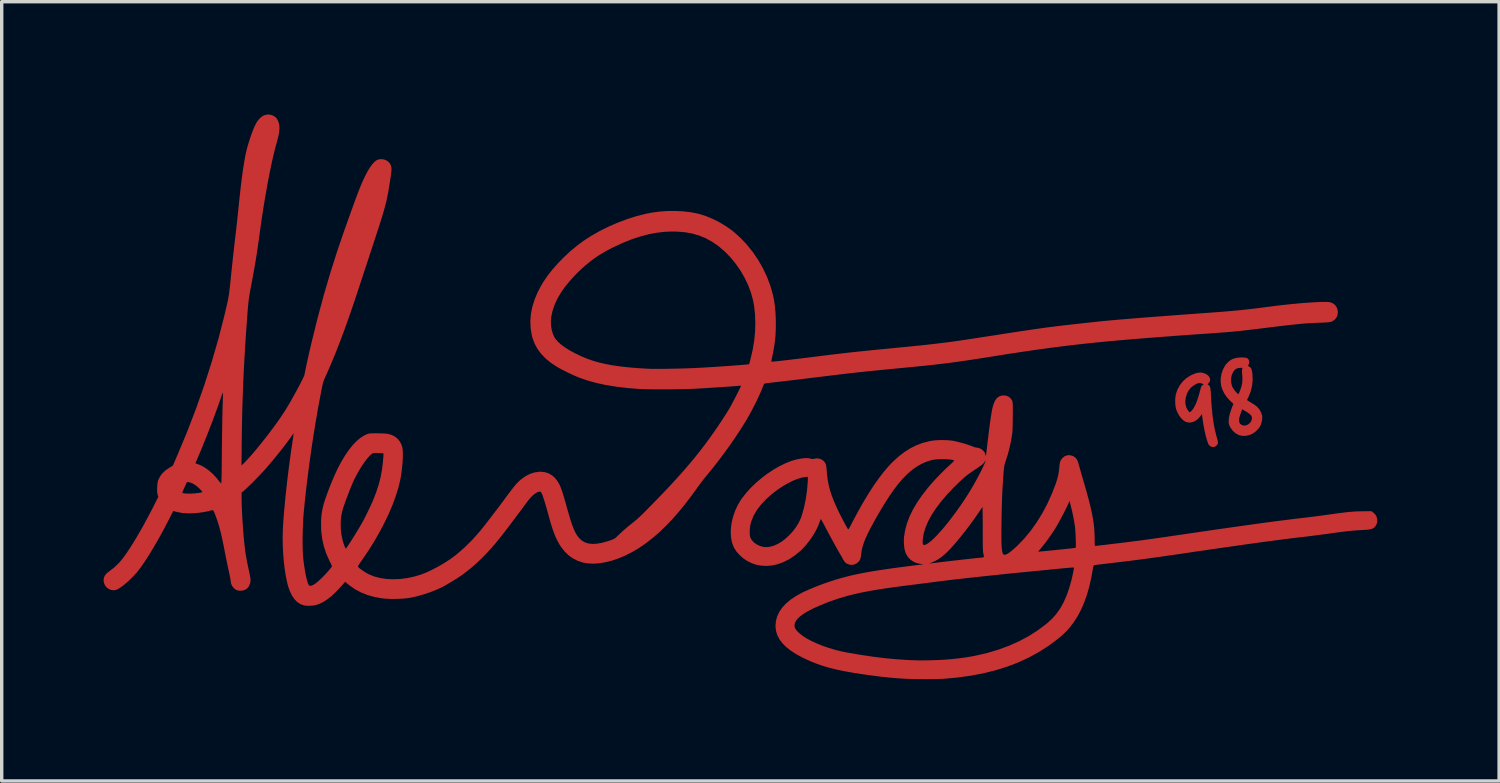
<source format=kicad_pcb>
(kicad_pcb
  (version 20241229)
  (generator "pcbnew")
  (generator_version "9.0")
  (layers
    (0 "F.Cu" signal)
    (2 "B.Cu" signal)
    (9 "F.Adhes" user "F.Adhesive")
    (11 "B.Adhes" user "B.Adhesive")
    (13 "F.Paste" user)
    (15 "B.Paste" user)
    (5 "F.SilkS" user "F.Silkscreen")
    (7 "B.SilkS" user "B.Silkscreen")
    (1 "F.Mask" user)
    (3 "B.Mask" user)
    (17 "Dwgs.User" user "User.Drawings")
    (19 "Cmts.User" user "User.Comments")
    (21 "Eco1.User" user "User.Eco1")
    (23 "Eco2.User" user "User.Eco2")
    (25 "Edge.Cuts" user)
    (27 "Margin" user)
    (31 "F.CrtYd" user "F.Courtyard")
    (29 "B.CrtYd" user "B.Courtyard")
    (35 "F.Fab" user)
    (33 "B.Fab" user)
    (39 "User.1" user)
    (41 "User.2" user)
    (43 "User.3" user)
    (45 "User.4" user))
  (footprint "Alectardy98 (1) F.CU"
    (layer "F.Cu")
    (at 18.275 8.53)
    (property "Reference" "Alectardy98 (1) F.CU" (at 7.366 -7.112 0) (layer "User.1") (effects (font (size 1.524 1.524) (thickness 0.3))))
    (attr board_only exclude_from_pos_files exclude_from_bom)
    (fp_poly (pts (xy 14.056 -0.607) (xy 14.127 -0.592) (xy 14.196 -0.562) (xy 14.251 -0.522) (xy 14.289 -0.474) (xy 14.308 -0.422) (xy 14.308 -0.37) (xy 14.287 -0.321) (xy 14.265 -0.297) (xy 14.232 -0.266) (xy 14.26 -0.246) (xy 14.283 -0.226) (xy 14.301 -0.198) (xy 14.314 -0.159) (xy 14.322 -0.106) (xy 14.329 -0.033) (xy 14.331 0.006) (xy 14.344 0.235) (xy 14.36 0.441) (xy 14.378 0.627) (xy 14.399 0.795) (xy 14.424 0.948) (xy 14.452 1.089) (xy 14.484 1.219) (xy 14.503 1.286) (xy 14.523 1.356) (xy 14.535 1.408) (xy 14.54 1.445) (xy 14.537 1.474) (xy 14.527 1.5) (xy 14.521 1.511) (xy 14.481 1.557) (xy 14.431 1.581) (xy 14.375 1.583) (xy 14.318 1.561) (xy 14.31 1.556) (xy 14.289 1.539) (xy 14.272 1.52) (xy 14.257 1.493) (xy 14.241 1.452) (xy 14.221 1.393) (xy 14.219 1.386) (xy 14.18 1.25) (xy 14.144 1.094) (xy 14.112 0.925) (xy 14.089 0.772) (xy 14.068 0.611) (xy 14.02 0.678) (xy 13.954 0.754) (xy 13.879 0.811) (xy 13.799 0.848) (xy 13.718 0.864) (xy 13.638 0.857) (xy 13.581 0.837) (xy 13.516 0.794) (xy 13.453 0.731) (xy 13.395 0.653) (xy 13.346 0.564) (xy 13.309 0.47) (xy 13.301 0.441) (xy 13.287 0.359) (xy 13.281 0.262) (xy 13.282 0.218) (xy 13.58 0.218) (xy 13.583 0.317) (xy 13.605 0.407) (xy 13.609 0.417) (xy 13.63 0.46) (xy 13.655 0.502) (xy 13.68 0.535) (xy 13.701 0.556) (xy 13.709 0.559) (xy 13.727 0.55) (xy 13.752 0.529) (xy 13.757 0.524) (xy 13.807 0.461) (xy 13.855 0.382) (xy 13.9 0.285) (xy 13.943 0.169) (xy 13.985 0.031) (xy 14.028 -0.13) (xy 14.028 -0.13) (xy 14.042 -0.18) (xy 14.057 -0.211) (xy 14.077 -0.232) (xy 14.086 -0.239) (xy 14.123 -0.262) (xy 14.073 -0.285) (xy 14.011 -0.302) (xy 13.975 -0.301) (xy 13.924 -0.285) (xy 13.863 -0.253) (xy 13.801 -0.212) (xy 13.744 -0.165) (xy 13.732 -0.152) (xy 13.672 -0.075) (xy 13.626 0.016) (xy 13.595 0.116) (xy 13.58 0.218) (xy 13.282 0.218) (xy 13.283 0.162) (xy 13.294 0.067) (xy 13.302 0.025) (xy 13.347 -0.106) (xy 13.413 -0.229) (xy 13.498 -0.34) (xy 13.599 -0.436) (xy 13.713 -0.512) (xy 13.725 -0.518) (xy 13.824 -0.565) (xy 13.908 -0.595) (xy 13.984 -0.608)) (stroke (width 0) (type solid)) (fill yes) (layer "F.Cu"))
    (fp_poly (pts (xy 15.316 -1.052) (xy 15.366 -1.045) (xy 15.402 -1.032) (xy 15.428 -1.01) (xy 15.444 -0.988) (xy 15.462 -0.936) (xy 15.458 -0.879) (xy 15.437 -0.831) (xy 15.428 -0.813) (xy 15.434 -0.8) (xy 15.458 -0.784) (xy 15.465 -0.78) (xy 15.495 -0.76) (xy 15.516 -0.734) (xy 15.532 -0.696) (xy 15.545 -0.642) (xy 15.554 -0.569) (xy 15.557 -0.548) (xy 15.562 -0.374) (xy 15.542 -0.202) (xy 15.498 -0.033) (xy 15.431 0.126) (xy 15.393 0.201) (xy 15.453 0.238) (xy 15.497 0.265) (xy 15.55 0.298) (xy 15.591 0.322) (xy 15.682 0.388) (xy 15.755 0.468) (xy 15.808 0.557) (xy 15.839 0.652) (xy 15.844 0.679) (xy 15.844 0.743) (xy 15.833 0.819) (xy 15.814 0.896) (xy 15.786 0.965) (xy 15.785 0.968) (xy 15.744 1.029) (xy 15.687 1.091) (xy 15.62 1.149) (xy 15.55 1.196) (xy 15.523 1.209) (xy 15.439 1.239) (xy 15.347 1.255) (xy 15.257 1.255) (xy 15.177 1.239) (xy 15.16 1.233) (xy 15.061 1.18) (xy 14.978 1.107) (xy 14.91 1.013) (xy 14.894 0.984) (xy 14.873 0.939) (xy 14.861 0.9) (xy 14.856 0.857) (xy 14.856 0.813) (xy 14.856 0.812) (xy 15.159 0.812) (xy 15.164 0.846) (xy 15.193 0.897) (xy 15.238 0.933) (xy 15.292 0.951) (xy 15.352 0.95) (xy 15.411 0.928) (xy 15.424 0.92) (xy 15.477 0.878) (xy 15.512 0.835) (xy 15.533 0.783) (xy 15.541 0.734) (xy 15.536 0.691) (xy 15.514 0.651) (xy 15.475 0.611) (xy 15.415 0.567) (xy 15.356 0.531) (xy 15.254 0.472) (xy 15.221 0.56) (xy 15.185 0.663) (xy 15.164 0.748) (xy 15.159 0.812) (xy 14.856 0.812) (xy 14.864 0.722) (xy 14.887 0.615) (xy 14.925 0.495) (xy 14.96 0.4) (xy 14.996 0.311) (xy 14.915 0.237) (xy 14.814 0.132) (xy 14.732 0.016) (xy 14.671 -0.105) (xy 14.638 -0.204) (xy 14.62 -0.327) (xy 14.622 -0.413) (xy 14.926 -0.413) (xy 14.929 -0.318) (xy 14.949 -0.227) (xy 14.967 -0.183) (xy 14.988 -0.147) (xy 15.017 -0.105) (xy 15.05 -0.062) (xy 15.083 -0.023) (xy 15.113 0.008) (xy 15.134 0.024) (xy 15.138 0.025) (xy 15.148 0.015) (xy 15.163 -0.014) (xy 15.182 -0.056) (xy 15.188 -0.069) (xy 15.232 -0.195) (xy 15.256 -0.314) (xy 15.261 -0.434) (xy 15.258 -0.483) (xy 15.252 -0.562) (xy 15.249 -0.621) (xy 15.248 -0.663) (xy 15.25 -0.694) (xy 15.255 -0.716) (xy 15.257 -0.721) (xy 15.261 -0.737) (xy 15.255 -0.746) (xy 15.232 -0.749) (xy 15.202 -0.749) (xy 15.128 -0.741) (xy 15.067 -0.715) (xy 15.016 -0.668) (xy 15.013 -0.665) (xy 14.969 -0.593) (xy 14.939 -0.507) (xy 14.926 -0.413) (xy 14.622 -0.413) (xy 14.623 -0.454) (xy 14.647 -0.582) (xy 14.689 -0.703) (xy 14.749 -0.812) (xy 14.774 -0.847) (xy 14.844 -0.924) (xy 14.918 -0.981) (xy 15.001 -1.02) (xy 15.098 -1.044) (xy 15.211 -1.054) (xy 15.246 -1.054)) (stroke (width 0) (type solid)) (fill yes) (layer "F.Cu"))
    (fp_poly (pts (xy 8.312 0.074) (xy 8.383 0.105) (xy 8.441 0.158) (xy 8.475 0.21) (xy 8.482 0.225) (xy 8.488 0.241) (xy 8.492 0.26) (xy 8.496 0.287) (xy 8.498 0.323) (xy 8.499 0.372) (xy 8.499 0.436) (xy 8.499 0.519) (xy 8.499 0.624) (xy 8.498 0.66) (xy 8.498 0.762) (xy 8.496 0.859) (xy 8.495 0.947) (xy 8.493 1.023) (xy 8.491 1.082) (xy 8.489 1.121) (xy 8.489 1.13) (xy 8.468 1.284) (xy 8.437 1.453) (xy 8.398 1.627) (xy 8.352 1.8) (xy 8.301 1.964) (xy 8.294 1.984) (xy 8.276 2.037) (xy 8.262 2.082) (xy 8.252 2.124) (xy 8.244 2.169) (xy 8.237 2.222) (xy 8.231 2.288) (xy 8.224 2.374) (xy 8.224 2.384) (xy 8.213 2.537) (xy 8.203 2.682) (xy 8.195 2.824) (xy 8.188 2.966) (xy 8.182 3.114) (xy 8.177 3.271) (xy 8.173 3.442) (xy 8.169 3.632) (xy 8.167 3.74) (xy 8.165 3.922) (xy 8.163 4.081) (xy 8.163 4.218) (xy 8.164 4.334) (xy 8.166 4.433) (xy 8.17 4.514) (xy 8.176 4.581) (xy 8.183 4.635) (xy 8.192 4.678) (xy 8.203 4.711) (xy 8.216 4.736) (xy 8.221 4.742) (xy 8.247 4.758) (xy 8.288 4.752) (xy 8.343 4.727) (xy 8.412 4.681) (xy 8.433 4.664) (xy 9.246 4.664) (xy 9.258 4.664) (xy 9.292 4.661) (xy 9.345 4.657) (xy 9.414 4.651) (xy 9.496 4.643) (xy 9.588 4.634) (xy 9.686 4.624) (xy 9.788 4.614) (xy 9.89 4.603) (xy 9.989 4.593) (xy 10.082 4.583) (xy 10.166 4.574) (xy 10.238 4.566) (xy 10.295 4.559) (xy 10.333 4.554) (xy 10.35 4.551) (xy 10.35 4.551) (xy 10.354 4.535) (xy 10.355 4.498) (xy 10.356 4.443) (xy 10.355 4.377) (xy 10.353 4.301) (xy 10.35 4.221) (xy 10.346 4.141) (xy 10.342 4.066) (xy 10.337 3.998) (xy 10.332 3.943) (xy 10.331 3.937) (xy 10.317 3.843) (xy 10.298 3.732) (xy 10.275 3.612) (xy 10.249 3.49) (xy 10.222 3.375) (xy 10.197 3.277) (xy 10.168 3.169) (xy 10.142 3.232) (xy 10.118 3.288) (xy 10.083 3.361) (xy 10.041 3.447) (xy 9.993 3.541) (xy 9.941 3.64) (xy 9.889 3.737) (xy 9.838 3.829) (xy 9.792 3.911) (xy 9.751 3.979) (xy 9.747 3.986) (xy 9.683 4.084) (xy 9.612 4.189) (xy 9.536 4.296) (xy 9.46 4.399) (xy 9.388 4.491) (xy 9.325 4.568) (xy 9.314 4.58) (xy 9.283 4.617) (xy 9.259 4.646) (xy 9.246 4.662) (xy 9.246 4.664) (xy 8.433 4.664) (xy 8.495 4.614) (xy 8.592 4.528) (xy 8.633 4.489) (xy 8.834 4.282) (xy 9.024 4.053) (xy 9.201 3.804) (xy 9.366 3.537) (xy 9.517 3.253) (xy 9.652 2.955) (xy 9.756 2.686) (xy 9.797 2.563) (xy 9.828 2.452) (xy 9.849 2.343) (xy 9.865 2.226) (xy 9.869 2.185) (xy 9.877 2.105) (xy 9.887 2.045) (xy 9.9 1.999) (xy 9.919 1.961) (xy 9.945 1.926) (xy 9.968 1.901) (xy 10.03 1.853) (xy 10.102 1.827) (xy 10.179 1.824) (xy 10.258 1.844) (xy 10.297 1.863) (xy 10.353 1.906) (xy 10.396 1.967) (xy 10.427 2.047) (xy 10.433 2.069) (xy 10.442 2.101) (xy 10.456 2.153) (xy 10.476 2.223) (xy 10.5 2.307) (xy 10.527 2.401) (xy 10.556 2.501) (xy 10.578 2.577) (xy 10.642 2.797) (xy 10.697 2.996) (xy 10.745 3.176) (xy 10.786 3.34) (xy 10.82 3.489) (xy 10.847 3.627) (xy 10.869 3.757) (xy 10.886 3.879) (xy 10.898 3.998) (xy 10.905 4.115) (xy 10.909 4.233) (xy 10.909 4.305) (xy 10.91 4.381) (xy 10.911 4.435) (xy 10.914 4.47) (xy 10.919 4.489) (xy 10.925 4.496) (xy 10.926 4.496) (xy 10.945 4.494) (xy 10.986 4.49) (xy 11.047 4.483) (xy 11.124 4.474) (xy 11.215 4.464) (xy 11.317 4.452) (xy 11.427 4.438) (xy 11.543 4.424) (xy 11.661 4.41) (xy 11.779 4.396) (xy 11.894 4.381) (xy 12.003 4.368) (xy 12.102 4.355) (xy 12.191 4.344) (xy 12.249 4.336) (xy 12.319 4.327) (xy 12.41 4.314) (xy 12.521 4.299) (xy 12.648 4.281) (xy 12.789 4.261) (xy 12.941 4.239) (xy 13.1 4.216) (xy 13.265 4.192) (xy 13.431 4.168) (xy 13.576 4.147) (xy 13.955 4.091) (xy 14.31 4.039) (xy 14.642 3.991) (xy 14.953 3.947) (xy 15.245 3.906) (xy 15.518 3.868) (xy 15.773 3.832) (xy 16.014 3.8) (xy 16.239 3.77) (xy 16.452 3.743) (xy 16.652 3.718) (xy 16.842 3.694) (xy 17.023 3.673) (xy 17.101 3.664) (xy 17.193 3.653) (xy 17.304 3.639) (xy 17.426 3.624) (xy 17.553 3.607) (xy 17.677 3.59) (xy 17.786 3.575) (xy 17.95 3.552) (xy 18.093 3.533) (xy 18.216 3.517) (xy 18.325 3.504) (xy 18.422 3.494) (xy 18.509 3.487) (xy 18.592 3.481) (xy 18.672 3.478) (xy 18.753 3.476) (xy 18.809 3.475) (xy 19.056 3.473) (xy 19.115 3.514) (xy 19.172 3.568) (xy 19.211 3.634) (xy 19.23 3.708) (xy 19.231 3.784) (xy 19.211 3.857) (xy 19.172 3.922) (xy 19.149 3.946) (xy 19.121 3.969) (xy 19.088 3.987) (xy 19.048 4.001) (xy 18.995 4.011) (xy 18.928 4.019) (xy 18.84 4.025) (xy 18.796 4.027) (xy 18.709 4.032) (xy 18.629 4.036) (xy 18.553 4.042) (xy 18.477 4.048) (xy 18.396 4.057) (xy 18.308 4.067) (xy 18.209 4.079) (xy 18.094 4.094) (xy 17.961 4.112) (xy 17.85 4.128) (xy 17.726 4.145) (xy 17.592 4.162) (xy 17.455 4.18) (xy 17.321 4.198) (xy 17.197 4.213) (xy 17.09 4.226) (xy 17.062 4.229) (xy 16.923 4.245) (xy 16.779 4.262) (xy 16.629 4.281) (xy 16.473 4.301) (xy 16.309 4.322) (xy 16.136 4.345) (xy 15.952 4.369) (xy 15.756 4.396) (xy 15.546 4.425) (xy 15.323 4.456) (xy 15.084 4.49) (xy 14.827 4.527) (xy 14.553 4.566) (xy 14.258 4.609) (xy 13.943 4.654) (xy 13.606 4.704) (xy 13.246 4.757) (xy 13.125 4.774) (xy 12.755 4.827) (xy 12.395 4.877) (xy 12.035 4.924) (xy 11.666 4.969) (xy 11.43 4.997) (xy 11.319 5.01) (xy 11.215 5.022) (xy 11.121 5.034) (xy 11.04 5.043) (xy 10.975 5.051) (xy 10.929 5.057) (xy 10.904 5.061) (xy 10.901 5.061) (xy 10.881 5.072) (xy 10.87 5.098) (xy 10.865 5.121) (xy 10.814 5.416) (xy 10.752 5.689) (xy 10.68 5.941) (xy 10.596 6.174) (xy 10.502 6.389) (xy 10.395 6.586) (xy 10.275 6.768) (xy 10.197 6.871) (xy 10.129 6.951) (xy 10.061 7.025) (xy 9.985 7.097) (xy 9.898 7.173) (xy 9.816 7.241) (xy 9.549 7.44) (xy 9.268 7.62) (xy 8.972 7.782) (xy 8.66 7.926) (xy 8.333 8.051) (xy 7.989 8.158) (xy 7.628 8.248) (xy 7.25 8.319) (xy 6.855 8.373) (xy 6.477 8.407) (xy 6.403 8.411) (xy 6.307 8.414) (xy 6.196 8.416) (xy 6.072 8.417) (xy 5.941 8.418) (xy 5.807 8.417) (xy 5.675 8.416) (xy 5.549 8.414) (xy 5.433 8.411) (xy 5.333 8.407) (xy 5.315 8.406) (xy 5.095 8.392) (xy 4.866 8.373) (xy 4.625 8.347) (xy 4.37 8.315) (xy 4.096 8.277) (xy 3.802 8.231) (xy 3.791 8.229) (xy 3.543 8.186) (xy 3.317 8.139) (xy 3.108 8.088) (xy 2.912 8.03) (xy 2.725 7.966) (xy 2.543 7.893) (xy 2.362 7.81) (xy 2.299 7.779) (xy 2.115 7.68) (xy 1.956 7.576) (xy 1.821 7.469) (xy 1.711 7.358) (xy 1.626 7.242) (xy 1.564 7.122) (xy 1.526 6.996) (xy 1.511 6.865) (xy 1.511 6.849) (xy 1.512 6.84) (xy 2.07 6.84) (xy 2.076 6.888) (xy 2.096 6.936) (xy 2.132 6.986) (xy 2.187 7.043) (xy 2.202 7.056) (xy 2.3 7.136) (xy 2.422 7.216) (xy 2.563 7.292) (xy 2.721 7.366) (xy 2.893 7.435) (xy 3.077 7.499) (xy 3.269 7.556) (xy 3.466 7.605) (xy 3.632 7.638) (xy 4.019 7.704) (xy 4.396 7.76) (xy 4.76 7.804) (xy 5.11 7.836) (xy 5.441 7.857) (xy 5.524 7.86) (xy 5.623 7.864) (xy 5.713 7.866) (xy 5.799 7.867) (xy 5.886 7.867) (xy 5.978 7.865) (xy 6.082 7.863) (xy 6.201 7.859) (xy 6.331 7.854) (xy 6.507 7.845) (xy 6.696 7.829) (xy 6.891 7.808) (xy 7.083 7.783) (xy 7.264 7.754) (xy 7.41 7.726) (xy 7.757 7.645) (xy 8.084 7.547) (xy 8.393 7.433) (xy 8.685 7.303) (xy 8.961 7.155) (xy 9.222 6.99) (xy 9.469 6.806) (xy 9.526 6.759) (xy 9.663 6.633) (xy 9.785 6.493) (xy 9.895 6.337) (xy 9.992 6.163) (xy 10.078 5.971) (xy 10.154 5.757) (xy 10.221 5.522) (xy 10.222 5.518) (xy 10.24 5.442) (xy 10.258 5.365) (xy 10.273 5.293) (xy 10.285 5.229) (xy 10.294 5.178) (xy 10.298 5.144) (xy 10.297 5.133) (xy 10.284 5.132) (xy 10.249 5.133) (xy 10.194 5.136) (xy 10.123 5.142) (xy 10.04 5.149) (xy 9.945 5.158) (xy 9.887 5.164) (xy 9.771 5.175) (xy 9.637 5.188) (xy 9.491 5.203) (xy 9.342 5.218) (xy 9.195 5.232) (xy 9.057 5.245) (xy 9.004 5.251) (xy 8.701 5.28) (xy 8.4 5.31) (xy 8.104 5.341) (xy 7.815 5.371) (xy 7.536 5.401) (xy 7.269 5.43) (xy 7.016 5.458) (xy 6.778 5.485) (xy 6.559 5.511) (xy 6.36 5.536) (xy 6.184 5.558) (xy 6.147 5.563) (xy 6.087 5.571) (xy 6.007 5.581) (xy 5.911 5.594) (xy 5.806 5.607) (xy 5.695 5.621) (xy 5.584 5.635) (xy 5.55 5.639) (xy 5.266 5.675) (xy 5.005 5.71) (xy 4.766 5.744) (xy 4.545 5.778) (xy 4.342 5.812) (xy 4.154 5.847) (xy 3.979 5.882) (xy 3.815 5.92) (xy 3.66 5.958) (xy 3.512 6) (xy 3.368 6.044) (xy 3.228 6.091) (xy 3.087 6.141) (xy 2.988 6.18) (xy 2.79 6.261) (xy 2.617 6.339) (xy 2.469 6.416) (xy 2.344 6.49) (xy 2.244 6.563) (xy 2.166 6.635) (xy 2.112 6.705) (xy 2.08 6.775) (xy 2.07 6.84) (xy 1.512 6.84) (xy 1.524 6.707) (xy 1.561 6.57) (xy 1.622 6.439) (xy 1.708 6.314) (xy 1.818 6.194) (xy 1.952 6.081) (xy 2.109 5.975) (xy 2.289 5.875) (xy 2.33 5.855) (xy 2.51 5.774) (xy 2.709 5.691) (xy 2.924 5.61) (xy 3.136 5.537) (xy 3.267 5.495) (xy 3.4 5.455) (xy 3.535 5.418) (xy 3.674 5.382) (xy 3.821 5.348) (xy 3.975 5.315) (xy 4.141 5.283) (xy 4.318 5.251) (xy 4.51 5.22) (xy 4.718 5.188) (xy 4.944 5.156) (xy 5.19 5.123) (xy 5.457 5.088) (xy 5.69 5.059) (xy 5.874 5.036) (xy 5.789 5.026) (xy 5.725 5.013) (xy 6.042 5.013) (xy 6.049 5.014) (xy 6.075 5.011) (xy 6.077 5.011) (xy 6.107 5.007) (xy 6.157 5) (xy 6.22 4.993) (xy 6.292 4.984) (xy 6.331 4.979) (xy 6.401 4.97) (xy 6.489 4.96) (xy 6.589 4.948) (xy 6.699 4.935) (xy 6.816 4.922) (xy 6.934 4.909) (xy 7.052 4.895) (xy 7.166 4.883) (xy 7.271 4.871) (xy 7.364 4.861) (xy 7.442 4.853) (xy 7.502 4.847) (xy 7.533 4.844) (xy 7.581 4.839) (xy 7.62 4.833) (xy 7.642 4.828) (xy 7.643 4.827) (xy 7.648 4.81) (xy 7.643 4.77) (xy 7.635 4.737) (xy 7.63 4.716) (xy 7.626 4.691) (xy 7.623 4.66) (xy 7.62 4.622) (xy 7.618 4.573) (xy 7.616 4.511) (xy 7.615 4.435) (xy 7.614 4.341) (xy 7.614 4.228) (xy 7.614 4.093) (xy 7.614 3.998) (xy 7.614 3.872) (xy 7.613 3.754) (xy 7.612 3.647) (xy 7.611 3.553) (xy 7.61 3.474) (xy 7.609 3.412) (xy 7.608 3.371) (xy 7.606 3.351) (xy 7.606 3.35) (xy 7.596 3.363) (xy 7.575 3.394) (xy 7.545 3.438) (xy 7.508 3.493) (xy 7.474 3.543) (xy 7.316 3.769) (xy 7.138 4.007) (xy 6.941 4.255) (xy 6.916 4.285) (xy 6.796 4.428) (xy 6.687 4.551) (xy 6.586 4.656) (xy 6.492 4.745) (xy 6.403 4.82) (xy 6.315 4.881) (xy 6.228 4.932) (xy 6.139 4.974) (xy 6.093 4.992) (xy 6.056 5.006) (xy 6.042 5.013) (xy 5.725 5.013) (xy 5.671 5.002) (xy 5.566 4.956) (xy 5.476 4.892) (xy 5.402 4.81) (xy 5.348 4.713) (xy 5.327 4.655) (xy 5.307 4.568) (xy 5.295 4.466) (xy 5.291 4.358) (xy 5.291 4.345) (xy 5.844 4.345) (xy 5.845 4.408) (xy 5.855 4.449) (xy 5.873 4.468) (xy 5.884 4.47) (xy 5.912 4.464) (xy 5.95 4.449) (xy 5.965 4.441) (xy 6.031 4.399) (xy 6.107 4.337) (xy 6.194 4.256) (xy 6.288 4.159) (xy 6.39 4.046) (xy 6.497 3.921) (xy 6.607 3.784) (xy 6.72 3.638) (xy 6.834 3.484) (xy 6.948 3.324) (xy 7.06 3.16) (xy 7.168 2.993) (xy 7.242 2.874) (xy 7.297 2.782) (xy 7.354 2.683) (xy 7.411 2.581) (xy 7.467 2.479) (xy 7.519 2.378) (xy 7.568 2.283) (xy 7.61 2.196) (xy 7.646 2.12) (xy 7.673 2.057) (xy 7.69 2.011) (xy 7.696 1.984) (xy 7.691 1.979) (xy 7.681 1.995) (xy 7.678 2.001) (xy 7.663 2.029) (xy 7.64 2.059) (xy 7.607 2.091) (xy 7.561 2.128) (xy 7.5 2.172) (xy 7.421 2.226) (xy 7.359 2.267) (xy 7.267 2.328) (xy 7.19 2.384) (xy 7.119 2.439) (xy 7.048 2.5) (xy 6.968 2.573) (xy 6.949 2.59) (xy 6.736 2.798) (xy 6.545 3.003) (xy 6.376 3.203) (xy 6.23 3.398) (xy 6.107 3.587) (xy 6.007 3.771) (xy 5.93 3.949) (xy 5.878 4.121) (xy 5.853 4.258) (xy 5.844 4.345) (xy 5.291 4.345) (xy 5.294 4.253) (xy 5.296 4.232) (xy 5.328 4.034) (xy 5.382 3.833) (xy 5.459 3.63) (xy 5.559 3.424) (xy 5.683 3.214) (xy 5.831 2.999) (xy 6.003 2.779) (xy 6.062 2.71) (xy 6.161 2.597) (xy 6.272 2.478) (xy 6.388 2.358) (xy 6.503 2.243) (xy 6.612 2.142) (xy 6.641 2.115) (xy 6.689 2.071) (xy 6.729 2.032) (xy 6.758 2.001) (xy 6.772 1.983) (xy 6.772 1.979) (xy 6.75 1.969) (xy 6.706 1.96) (xy 6.645 1.951) (xy 6.572 1.945) (xy 6.491 1.941) (xy 6.406 1.94) (xy 6.401 1.94) (xy 6.266 1.945) (xy 6.148 1.96) (xy 6.036 1.988) (xy 5.922 2.03) (xy 5.82 2.076) (xy 5.701 2.142) (xy 5.585 2.219) (xy 5.469 2.31) (xy 5.354 2.416) (xy 5.238 2.538) (xy 5.121 2.676) (xy 5.001 2.833) (xy 4.878 3.009) (xy 4.751 3.205) (xy 4.618 3.422) (xy 4.479 3.662) (xy 4.4 3.804) (xy 4.312 3.967) (xy 4.238 4.112) (xy 4.177 4.242) (xy 4.128 4.359) (xy 4.091 4.466) (xy 4.063 4.565) (xy 4.045 4.658) (xy 4.038 4.708) (xy 4.028 4.787) (xy 4.018 4.845) (xy 4.004 4.889) (xy 3.987 4.925) (xy 3.962 4.957) (xy 3.958 4.962) (xy 3.897 5.013) (xy 3.827 5.044) (xy 3.75 5.054) (xy 3.674 5.043) (xy 3.604 5.012) (xy 3.564 4.981) (xy 3.538 4.95) (xy 3.51 4.907) (xy 3.493 4.877) (xy 3.466 4.825) (xy 3.434 4.769) (xy 3.414 4.737) (xy 3.395 4.705) (xy 3.366 4.654) (xy 3.328 4.587) (xy 3.283 4.507) (xy 3.234 4.417) (xy 3.181 4.321) (xy 3.127 4.221) (xy 3.073 4.121) (xy 3.021 4.024) (xy 2.973 3.933) (xy 2.94 3.869) (xy 2.908 3.81) (xy 2.88 3.761) (xy 2.859 3.725) (xy 2.845 3.706) (xy 2.842 3.704) (xy 2.835 3.721) (xy 2.823 3.755) (xy 2.813 3.785) (xy 2.762 3.919) (xy 2.692 4.06) (xy 2.606 4.204) (xy 2.509 4.344) (xy 2.403 4.477) (xy 2.293 4.596) (xy 2.244 4.642) (xy 2.081 4.776) (xy 1.915 4.886) (xy 1.747 4.972) (xy 1.576 5.034) (xy 1.405 5.072) (xy 1.234 5.085) (xy 1.063 5.073) (xy 0.937 5.048) (xy 0.807 5.003) (xy 0.681 4.94) (xy 0.562 4.86) (xy 0.455 4.766) (xy 0.364 4.664) (xy 0.293 4.555) (xy 0.279 4.526) (xy 0.231 4.399) (xy 0.203 4.259) (xy 0.193 4.108) (xy 0.195 4.063) (xy 0.752 4.063) (xy 0.752 4.144) (xy 0.76 4.211) (xy 0.767 4.239) (xy 0.806 4.315) (xy 0.866 4.385) (xy 0.944 4.444) (xy 1.037 4.491) (xy 1.106 4.514) (xy 1.168 4.527) (xy 1.225 4.532) (xy 1.289 4.528) (xy 1.345 4.521) (xy 1.46 4.49) (xy 1.577 4.438) (xy 1.696 4.367) (xy 1.811 4.278) (xy 1.922 4.176) (xy 2.025 4.062) (xy 2.116 3.94) (xy 2.195 3.812) (xy 2.257 3.68) (xy 2.283 3.607) (xy 2.349 3.374) (xy 2.401 3.127) (xy 2.438 2.874) (xy 2.459 2.63) (xy 2.468 2.46) (xy 2.386 2.467) (xy 2.275 2.487) (xy 2.151 2.525) (xy 2.017 2.579) (xy 1.877 2.65) (xy 1.732 2.733) (xy 1.587 2.83) (xy 1.445 2.936) (xy 1.378 2.991) (xy 1.212 3.142) (xy 1.071 3.295) (xy 0.956 3.45) (xy 0.866 3.607) (xy 0.801 3.766) (xy 0.787 3.81) (xy 0.769 3.889) (xy 0.757 3.976) (xy 0.752 4.063) (xy 0.195 4.063) (xy 0.2 3.95) (xy 0.224 3.787) (xy 0.266 3.623) (xy 0.323 3.46) (xy 0.396 3.302) (xy 0.484 3.152) (xy 0.52 3.099) (xy 0.643 2.941) (xy 0.782 2.787) (xy 0.935 2.639) (xy 1.099 2.5) (xy 1.27 2.37) (xy 1.446 2.253) (xy 1.624 2.15) (xy 1.801 2.064) (xy 1.974 1.995) (xy 2.141 1.947) (xy 2.191 1.937) (xy 2.296 1.919) (xy 2.382 1.91) (xy 2.453 1.91) (xy 2.512 1.918) (xy 2.534 1.924) (xy 2.583 1.935) (xy 2.619 1.937) (xy 2.645 1.931) (xy 2.72 1.917) (xy 2.799 1.925) (xy 2.872 1.953) (xy 2.925 1.991) (xy 2.961 2.032) (xy 2.987 2.077) (xy 3.003 2.133) (xy 3.013 2.206) (xy 3.016 2.242) (xy 3.03 2.408) (xy 3.05 2.563) (xy 3.079 2.712) (xy 3.118 2.86) (xy 3.167 3.011) (xy 3.229 3.171) (xy 3.304 3.344) (xy 3.346 3.435) (xy 3.373 3.491) (xy 3.407 3.56) (xy 3.447 3.637) (xy 3.489 3.718) (xy 3.531 3.798) (xy 3.57 3.871) (xy 3.604 3.934) (xy 3.631 3.981) (xy 3.64 3.997) (xy 3.647 4.006) (xy 3.654 4.007) (xy 3.664 3.999) (xy 3.678 3.978) (xy 3.698 3.943) (xy 3.726 3.89) (xy 3.763 3.819) (xy 3.927 3.51) (xy 4.088 3.223) (xy 4.248 2.958) (xy 4.405 2.715) (xy 4.56 2.496) (xy 4.711 2.3) (xy 4.859 2.129) (xy 4.952 2.032) (xy 5.126 1.872) (xy 5.301 1.736) (xy 5.479 1.622) (xy 5.663 1.531) (xy 5.854 1.46) (xy 6.055 1.409) (xy 6.064 1.407) (xy 6.173 1.39) (xy 6.298 1.381) (xy 6.43 1.378) (xy 6.561 1.382) (xy 6.682 1.392) (xy 6.75 1.402) (xy 6.838 1.421) (xy 6.938 1.446) (xy 7.044 1.475) (xy 7.147 1.506) (xy 7.24 1.538) (xy 7.301 1.561) (xy 7.35 1.58) (xy 7.394 1.594) (xy 7.425 1.6) (xy 7.428 1.6) (xy 7.5 1.612) (xy 7.569 1.643) (xy 7.628 1.691) (xy 7.672 1.749) (xy 7.688 1.789) (xy 7.706 1.848) (xy 7.713 1.803) (xy 7.717 1.779) (xy 7.722 1.733) (xy 7.73 1.67) (xy 7.739 1.593) (xy 7.749 1.506) (xy 7.76 1.416) (xy 7.779 1.251) (xy 7.799 1.092) (xy 7.818 0.943) (xy 7.837 0.805) (xy 7.856 0.683) (xy 7.872 0.578) (xy 7.888 0.493) (xy 7.9 0.432) (xy 7.934 0.315) (xy 7.974 0.222) (xy 8.023 0.152) (xy 8.08 0.103) (xy 8.147 0.074) (xy 8.225 0.064) (xy 8.227 0.064)) (stroke (width 0) (type solid)) (fill yes) (layer "F.Cu"))
    (fp_poly (pts (xy -13.347 -8.199) (xy -13.275 -8.172) (xy -13.213 -8.131) (xy -13.178 -8.093) (xy -13.139 -8.024) (xy -13.112 -7.949) (xy -13.098 -7.866) (xy -13.097 -7.771) (xy -13.109 -7.663) (xy -13.134 -7.539) (xy -13.172 -7.396) (xy -13.177 -7.378) (xy -13.217 -7.234) (xy -13.259 -7.066) (xy -13.303 -6.879) (xy -13.347 -6.674) (xy -13.392 -6.453) (xy -13.437 -6.22) (xy -13.481 -5.976) (xy -13.525 -5.725) (xy -13.567 -5.469) (xy -13.607 -5.21) (xy -13.645 -4.951) (xy -13.665 -4.801) (xy -13.694 -4.591) (xy -13.721 -4.402) (xy -13.746 -4.228) (xy -13.771 -4.064) (xy -13.797 -3.904) (xy -13.824 -3.744) (xy -13.854 -3.578) (xy -13.886 -3.401) (xy -13.922 -3.208) (xy -13.938 -3.124) (xy -13.956 -3.031) (xy -13.97 -2.95) (xy -13.983 -2.878) (xy -13.993 -2.81) (xy -14.002 -2.743) (xy -14.01 -2.672) (xy -14.018 -2.593) (xy -14.026 -2.501) (xy -14.035 -2.393) (xy -14.045 -2.264) (xy -14.045 -2.254) (xy -14.082 -1.749) (xy -14.113 -1.263) (xy -14.14 -0.791) (xy -14.162 -0.328) (xy -14.179 0.133) (xy -14.193 0.596) (xy -14.202 1.066) (xy -14.207 1.41) (xy -14.214 2.127) (xy -14.148 2.064) (xy -14.072 1.987) (xy -13.984 1.891) (xy -13.886 1.78) (xy -13.782 1.657) (xy -13.672 1.523) (xy -13.559 1.382) (xy -13.446 1.237) (xy -13.335 1.09) (xy -13.227 0.945) (xy -13.126 0.804) (xy -13.033 0.669) (xy -12.964 0.565) (xy -12.919 0.496) (xy -12.87 0.414) (xy -12.816 0.323) (xy -12.759 0.225) (xy -12.702 0.122) (xy -12.644 0.019) (xy -12.588 -0.084) (xy -12.534 -0.183) (xy -12.486 -0.276) (xy -12.443 -0.36) (xy -12.407 -0.432) (xy -12.38 -0.49) (xy -12.363 -0.532) (xy -12.357 -0.553) (xy -12.354 -0.572) (xy -12.347 -0.613) (xy -12.334 -0.672) (xy -12.319 -0.747) (xy -12.3 -0.835) (xy -12.279 -0.932) (xy -12.256 -1.035) (xy -12.232 -1.142) (xy -12.208 -1.249) (xy -12.184 -1.353) (xy -12.165 -1.435) (xy -11.986 -2.161) (xy -11.798 -2.865) (xy -11.597 -3.549) (xy -11.385 -4.214) (xy -11.196 -4.766) (xy -11.12 -4.979) (xy -11.052 -5.17) (xy -10.991 -5.341) (xy -10.936 -5.492) (xy -10.887 -5.627) (xy -10.844 -5.746) (xy -10.804 -5.851) (xy -10.768 -5.944) (xy -10.736 -6.027) (xy -10.706 -6.101) (xy -10.678 -6.168) (xy -10.651 -6.231) (xy -10.624 -6.289) (xy -10.598 -6.346) (xy -10.591 -6.361) (xy -10.516 -6.508) (xy -10.443 -6.631) (xy -10.372 -6.731) (xy -10.304 -6.807) (xy -10.238 -6.859) (xy -10.181 -6.885) (xy -10.101 -6.895) (xy -10.02 -6.885) (xy -9.946 -6.856) (xy -9.883 -6.811) (xy -9.848 -6.771) (xy -9.826 -6.733) (xy -9.81 -6.696) (xy -9.801 -6.654) (xy -9.797 -6.604) (xy -9.799 -6.542) (xy -9.808 -6.465) (xy -9.821 -6.369) (xy -9.828 -6.324) (xy -9.847 -6.203) (xy -9.865 -6.094) (xy -9.881 -5.995) (xy -9.897 -5.903) (xy -9.914 -5.817) (xy -9.931 -5.733) (xy -9.949 -5.65) (xy -9.97 -5.566) (xy -9.993 -5.478) (xy -10.019 -5.385) (xy -10.049 -5.284) (xy -10.082 -5.172) (xy -10.121 -5.048) (xy -10.165 -4.91) (xy -10.216 -4.755) (xy -10.272 -4.582) (xy -10.336 -4.387) (xy -10.365 -4.299) (xy -10.416 -4.144) (xy -10.47 -3.98) (xy -10.525 -3.811) (xy -10.581 -3.643) (xy -10.635 -3.478) (xy -10.686 -3.322) (xy -10.733 -3.179) (xy -10.775 -3.053) (xy -10.795 -2.991) (xy -10.93 -2.587) (xy -11.061 -2.208) (xy -11.189 -1.851) (xy -11.315 -1.515) (xy -11.438 -1.2) (xy -11.56 -0.904) (xy -11.68 -0.626) (xy -11.736 -0.502) (xy -11.758 -0.453) (xy -11.776 -0.411) (xy -11.792 -0.372) (xy -11.805 -0.331) (xy -11.817 -0.286) (xy -11.83 -0.232) (xy -11.845 -0.164) (xy -11.862 -0.079) (xy -11.882 0.025) (xy -11.963 0.459) (xy -12.04 0.908) (xy -12.114 1.368) (xy -12.182 1.833) (xy -12.245 2.296) (xy -12.301 2.752) (xy -12.35 3.194) (xy -12.385 3.556) (xy -12.394 3.674) (xy -12.401 3.805) (xy -12.407 3.946) (xy -12.411 4.093) (xy -12.414 4.24) (xy -12.414 4.384) (xy -12.413 4.52) (xy -12.41 4.645) (xy -12.405 4.753) (xy -12.398 4.841) (xy -12.397 4.851) (xy -12.38 4.994) (xy -12.36 5.13) (xy -12.339 5.258) (xy -12.317 5.373) (xy -12.294 5.473) (xy -12.272 5.554) (xy -12.25 5.614) (xy -12.247 5.621) (xy -12.226 5.655) (xy -12.201 5.671) (xy -12.168 5.671) (xy -12.121 5.653) (xy -12.088 5.637) (xy -12.036 5.603) (xy -11.971 5.551) (xy -11.898 5.486) (xy -11.82 5.41) (xy -11.739 5.326) (xy -11.66 5.238) (xy -11.585 5.149) (xy -11.559 5.115) (xy -11.553 5.104) (xy -11.554 5.087) (xy -11.561 5.062) (xy -11.578 5.024) (xy -11.605 4.969) (xy -11.618 4.944) (xy -11.716 4.726) (xy -11.79 4.504) (xy -11.84 4.275) (xy -11.867 4.04) (xy -11.87 3.854) (xy -11.292 3.854) (xy -11.29 3.967) (xy -11.284 4.064) (xy -11.272 4.156) (xy -11.253 4.254) (xy -11.238 4.318) (xy -11.221 4.382) (xy -11.202 4.443) (xy -11.182 4.497) (xy -11.164 4.54) (xy -11.149 4.568) (xy -11.139 4.577) (xy -11.138 4.576) (xy -11.128 4.562) (xy -11.107 4.531) (xy -11.077 4.487) (xy -11.042 4.434) (xy -11.028 4.413) (xy -10.984 4.346) (xy -10.931 4.261) (xy -10.872 4.166) (xy -10.811 4.066) (xy -10.751 3.967) (xy -10.696 3.873) (xy -10.652 3.797) (xy -10.621 3.74) (xy -10.582 3.664) (xy -10.538 3.577) (xy -10.492 3.483) (xy -10.446 3.387) (xy -10.404 3.297) (xy -10.367 3.216) (xy -10.346 3.169) (xy -10.251 2.926) (xy -10.174 2.691) (xy -10.116 2.465) (xy -10.078 2.261) (xy -10.069 2.188) (xy -10.059 2.108) (xy -10.05 2.027) (xy -10.043 1.949) (xy -10.037 1.881) (xy -10.034 1.829) (xy -10.033 1.809) (xy -10.033 1.769) (xy -10.182 1.761) (xy -10.251 1.758) (xy -10.301 1.758) (xy -10.338 1.765) (xy -10.369 1.779) (xy -10.4 1.804) (xy -10.438 1.84) (xy -10.45 1.853) (xy -10.518 1.93) (xy -10.592 2.027) (xy -10.668 2.138) (xy -10.744 2.261) (xy -10.817 2.389) (xy -10.884 2.519) (xy -10.902 2.556) (xy -10.929 2.616) (xy -10.963 2.695) (xy -11.001 2.788) (xy -11.041 2.89) (xy -11.082 2.996) (xy -11.122 3.101) (xy -11.158 3.199) (xy -11.189 3.287) (xy -11.213 3.357) (xy -11.218 3.372) (xy -11.251 3.488) (xy -11.273 3.592) (xy -11.286 3.696) (xy -11.292 3.809) (xy -11.292 3.854) (xy -11.87 3.854) (xy -11.871 3.794) (xy -11.871 3.788) (xy -11.866 3.689) (xy -11.858 3.595) (xy -11.846 3.503) (xy -11.829 3.411) (xy -11.806 3.314) (xy -11.777 3.21) (xy -11.74 3.096) (xy -11.694 2.968) (xy -11.64 2.823) (xy -11.579 2.667) (xy -11.479 2.428) (xy -11.376 2.207) (xy -11.268 2.005) (xy -11.158 1.823) (xy -11.046 1.661) (xy -10.933 1.521) (xy -10.818 1.403) (xy -10.704 1.308) (xy -10.589 1.237) (xy -10.519 1.206) (xy -10.491 1.196) (xy -10.463 1.189) (xy -10.431 1.184) (xy -10.39 1.181) (xy -10.336 1.18) (xy -10.264 1.179) (xy -10.217 1.18) (xy -10.138 1.181) (xy -10.062 1.183) (xy -9.995 1.186) (xy -9.944 1.19) (xy -9.918 1.193) (xy -9.803 1.223) (xy -9.701 1.273) (xy -9.615 1.342) (xy -9.547 1.426) (xy -9.498 1.525) (xy -9.474 1.611) (xy -9.465 1.686) (xy -9.462 1.78) (xy -9.463 1.891) (xy -9.469 2.013) (xy -9.48 2.142) (xy -9.494 2.274) (xy -9.512 2.404) (xy -9.534 2.529) (xy -9.539 2.553) (xy -9.595 2.786) (xy -9.672 3.031) (xy -9.766 3.287) (xy -9.879 3.551) (xy -10.007 3.821) (xy -10.152 4.094) (xy -10.31 4.37) (xy -10.482 4.644) (xy -10.667 4.916) (xy -10.68 4.935) (xy -10.724 4.998) (xy -10.754 5.044) (xy -10.773 5.076) (xy -10.782 5.097) (xy -10.782 5.111) (xy -10.779 5.116) (xy -10.752 5.142) (xy -10.708 5.177) (xy -10.653 5.217) (xy -10.592 5.257) (xy -10.532 5.294) (xy -10.477 5.325) (xy -10.458 5.334) (xy -10.3 5.397) (xy -10.126 5.442) (xy -9.94 5.469) (xy -9.744 5.478) (xy -9.542 5.47) (xy -9.335 5.443) (xy -9.128 5.399) (xy -8.949 5.346) (xy -8.81 5.294) (xy -8.658 5.226) (xy -8.5 5.146) (xy -8.34 5.058) (xy -8.185 4.963) (xy -8.039 4.866) (xy -7.908 4.768) (xy -7.893 4.757) (xy -7.647 4.544) (xy -7.414 4.314) (xy -7.193 4.064) (xy -7.146 4.006) (xy -7.086 3.931) (xy -7.017 3.842) (xy -6.94 3.743) (xy -6.858 3.637) (xy -6.775 3.528) (xy -6.691 3.419) (xy -6.611 3.313) (xy -6.537 3.214) (xy -6.471 3.125) (xy -6.448 3.092) (xy -6.358 2.971) (xy -6.28 2.868) (xy -6.213 2.781) (xy -6.154 2.709) (xy -6.101 2.65) (xy -6.052 2.6) (xy -6.006 2.557) (xy -5.976 2.533) (xy -5.848 2.442) (xy -5.72 2.375) (xy -5.59 2.333) (xy -5.456 2.313) (xy -5.404 2.311) (xy -5.283 2.323) (xy -5.171 2.359) (xy -5.07 2.416) (xy -4.98 2.496) (xy -4.902 2.598) (xy -4.853 2.685) (xy -4.83 2.734) (xy -4.808 2.79) (xy -4.784 2.853) (xy -4.759 2.928) (xy -4.731 3.017) (xy -4.7 3.123) (xy -4.664 3.248) (xy -4.625 3.391) (xy -4.577 3.558) (xy -4.534 3.703) (xy -4.494 3.827) (xy -4.456 3.933) (xy -4.419 4.024) (xy -4.382 4.101) (xy -4.345 4.166) (xy -4.306 4.223) (xy -4.268 4.269) (xy -4.191 4.339) (xy -4.102 4.391) (xy -3.999 4.424) (xy -3.884 4.437) (xy -3.754 4.431) (xy -3.609 4.407) (xy -3.448 4.363) (xy -3.336 4.326) (xy -3.288 4.308) (xy -3.251 4.291) (xy -3.22 4.273) (xy -3.188 4.248) (xy -3.15 4.214) (xy -3.101 4.166) (xy -3.092 4.157) (xy -3.038 4.106) (xy -2.971 4.045) (xy -2.896 3.98) (xy -2.822 3.917) (xy -2.775 3.88) (xy -2.712 3.829) (xy -2.658 3.785) (xy -2.609 3.745) (xy -2.564 3.707) (xy -2.52 3.667) (xy -2.474 3.625) (xy -2.425 3.578) (xy -2.369 3.523) (xy -2.305 3.458) (xy -2.229 3.381) (xy -2.139 3.29) (xy -2.071 3.22) (xy -1.833 2.975) (xy -1.613 2.743) (xy -1.409 2.522) (xy -1.219 2.31) (xy -1.042 2.105) (xy -0.874 1.904) (xy -0.715 1.705) (xy -0.563 1.506) (xy -0.415 1.304) (xy -0.269 1.098) (xy -0.125 0.885) (xy -0.073 0.806) (xy -0.023 0.728) (xy 0.028 0.65) (xy 0.076 0.575) (xy 0.116 0.51) (xy 0.147 0.46) (xy 0.153 0.451) (xy 0.175 0.411) (xy 0.205 0.358) (xy 0.239 0.293) (xy 0.277 0.22) (xy 0.317 0.144) (xy 0.357 0.066) (xy 0.395 -0.008) (xy 0.429 -0.077) (xy 0.458 -0.135) (xy 0.48 -0.181) (xy 0.493 -0.21) (xy 0.495 -0.218) (xy 0.485 -0.224) (xy 0.467 -0.223) (xy 0.446 -0.22) (xy 0.403 -0.216) (xy 0.34 -0.211) (xy 0.26 -0.205) (xy 0.165 -0.198) (xy 0.059 -0.191) (xy -0.056 -0.183) (xy -0.176 -0.175) (xy -0.301 -0.167) (xy -0.425 -0.159) (xy -0.548 -0.151) (xy -0.665 -0.144) (xy -0.775 -0.138) (xy -0.857 -0.133) (xy -0.969 -0.128) (xy -1.099 -0.124) (xy -1.241 -0.121) (xy -1.394 -0.118) (xy -1.553 -0.116) (xy -1.713 -0.115) (xy -1.872 -0.115) (xy -2.025 -0.115) (xy -2.169 -0.117) (xy -2.299 -0.119) (xy -2.412 -0.123) (xy -2.504 -0.127) (xy -2.515 -0.127) (xy -2.858 -0.155) (xy -3.179 -0.193) (xy -3.479 -0.242) (xy -3.757 -0.301) (xy -4.015 -0.372) (xy -4.253 -0.454) (xy -4.293 -0.469) (xy -4.384 -0.508) (xy -4.489 -0.555) (xy -4.602 -0.609) (xy -4.714 -0.665) (xy -4.818 -0.719) (xy -4.908 -0.769) (xy -4.928 -0.781) (xy -5.106 -0.898) (xy -5.26 -1.025) (xy -5.391 -1.162) (xy -5.499 -1.308) (xy -5.583 -1.464) (xy -5.645 -1.63) (xy -5.662 -1.697) (xy -5.698 -1.902) (xy -5.708 -2.11) (xy -5.708 -2.112) (xy -5.104 -2.112) (xy -5.098 -1.982) (xy -5.077 -1.857) (xy -5.042 -1.741) (xy -4.994 -1.64) (xy -4.968 -1.6) (xy -4.896 -1.517) (xy -4.8 -1.431) (xy -4.681 -1.345) (xy -4.542 -1.258) (xy -4.383 -1.173) (xy -4.205 -1.088) (xy -4.153 -1.065) (xy -3.998 -1.003) (xy -3.835 -0.948) (xy -3.663 -0.9) (xy -3.478 -0.858) (xy -3.279 -0.821) (xy -3.064 -0.79) (xy -2.831 -0.764) (xy -2.578 -0.742) (xy -2.303 -0.725) (xy -2.172 -0.719) (xy -2.113 -0.717) (xy -2.032 -0.717) (xy -1.933 -0.717) (xy -1.82 -0.718) (xy -1.695 -0.719) (xy -1.564 -0.722) (xy -1.428 -0.724) (xy -1.292 -0.728) (xy -1.159 -0.731) (xy -1.034 -0.736) (xy -0.919 -0.74) (xy -0.832 -0.744) (xy -0.723 -0.75) (xy -0.604 -0.756) (xy -0.478 -0.764) (xy -0.347 -0.772) (xy -0.213 -0.781) (xy -0.079 -0.79) (xy 0.053 -0.799) (xy 0.18 -0.808) (xy 0.299 -0.817) (xy 0.409 -0.825) (xy 0.507 -0.833) (xy 0.591 -0.84) (xy 0.657 -0.846) (xy 0.704 -0.851) (xy 0.73 -0.855) (xy 0.733 -0.856) (xy 0.739 -0.871) (xy 0.749 -0.905) (xy 0.762 -0.955) (xy 0.777 -1.017) (xy 0.794 -1.085) (xy 0.811 -1.155) (xy 0.826 -1.222) (xy 0.839 -1.283) (xy 0.844 -1.308) (xy 0.886 -1.563) (xy 0.91 -1.821) (xy 0.917 -2.078) (xy 0.908 -2.329) (xy 0.881 -2.569) (xy 0.851 -2.735) (xy 0.79 -2.958) (xy 0.707 -3.18) (xy 0.603 -3.398) (xy 0.481 -3.61) (xy 0.341 -3.811) (xy 0.188 -3.999) (xy 0.022 -4.17) (xy -0.154 -4.321) (xy -0.195 -4.352) (xy -0.372 -4.471) (xy -0.553 -4.569) (xy -0.741 -4.645) (xy -0.938 -4.702) (xy -1.147 -4.74) (xy -1.37 -4.759) (xy -1.516 -4.763) (xy -1.751 -4.754) (xy -1.986 -4.727) (xy -2.225 -4.682) (xy -2.469 -4.617) (xy -2.72 -4.534) (xy -2.98 -4.43) (xy -3.252 -4.305) (xy -3.319 -4.272) (xy -3.532 -4.158) (xy -3.729 -4.037) (xy -3.915 -3.905) (xy -4.096 -3.757) (xy -4.277 -3.591) (xy -4.359 -3.51) (xy -4.536 -3.319) (xy -4.689 -3.132) (xy -4.817 -2.947) (xy -4.922 -2.765) (xy -5.003 -2.583) (xy -5.061 -2.402) (xy -5.094 -2.242) (xy -5.104 -2.112) (xy -5.708 -2.112) (xy -5.693 -2.321) (xy -5.652 -2.534) (xy -5.586 -2.75) (xy -5.496 -2.967) (xy -5.38 -3.188) (xy -5.321 -3.284) (xy -5.198 -3.464) (xy -5.053 -3.648) (xy -4.891 -3.832) (xy -4.715 -4.011) (xy -4.529 -4.183) (xy -4.335 -4.344) (xy -4.143 -4.487) (xy -3.915 -4.635) (xy -3.668 -4.775) (xy -3.408 -4.905) (xy -3.139 -5.022) (xy -2.865 -5.125) (xy -2.592 -5.212) (xy -2.324 -5.281) (xy -2.125 -5.32) (xy -1.902 -5.35) (xy -1.673 -5.366) (xy -1.443 -5.368) (xy -1.216 -5.357) (xy -0.999 -5.333) (xy -0.798 -5.295) (xy -0.748 -5.283) (xy -0.554 -5.223) (xy -0.356 -5.143) (xy -0.159 -5.046) (xy 0.031 -4.933) (xy 0.21 -4.809) (xy 0.286 -4.749) (xy 0.485 -4.57) (xy 0.672 -4.371) (xy 0.845 -4.155) (xy 1.002 -3.924) (xy 1.14 -3.682) (xy 1.259 -3.432) (xy 1.354 -3.181) (xy 1.402 -3.023) (xy 1.441 -2.873) (xy 1.471 -2.724) (xy 1.493 -2.57) (xy 1.508 -2.405) (xy 1.518 -2.222) (xy 1.52 -2.172) (xy 1.521 -1.923) (xy 1.51 -1.688) (xy 1.485 -1.459) (xy 1.446 -1.226) (xy 1.421 -1.106) (xy 1.408 -1.044) (xy 1.397 -0.991) (xy 1.391 -0.952) (xy 1.389 -0.932) (xy 1.39 -0.93) (xy 1.404 -0.93) (xy 1.442 -0.932) (xy 1.502 -0.938) (xy 1.583 -0.946) (xy 1.682 -0.957) (xy 1.798 -0.97) (xy 1.93 -0.985) (xy 2.075 -1.003) (xy 2.233 -1.022) (xy 2.402 -1.043) (xy 2.445 -1.048) (xy 2.641 -1.072) (xy 2.821 -1.095) (xy 2.986 -1.115) (xy 3.139 -1.134) (xy 3.283 -1.151) (xy 3.42 -1.167) (xy 3.553 -1.183) (xy 3.685 -1.198) (xy 3.817 -1.212) (xy 3.953 -1.227) (xy 4.095 -1.241) (xy 4.245 -1.257) (xy 4.407 -1.273) (xy 4.582 -1.29) (xy 4.773 -1.309) (xy 4.983 -1.329) (xy 5.215 -1.352) (xy 5.353 -1.365) (xy 5.582 -1.388) (xy 5.812 -1.411) (xy 6.037 -1.436) (xy 6.253 -1.461) (xy 6.454 -1.485) (xy 6.636 -1.508) (xy 6.668 -1.512) (xy 6.732 -1.521) (xy 6.796 -1.53) (xy 6.864 -1.54) (xy 6.936 -1.55) (xy 7.015 -1.562) (xy 7.104 -1.575) (xy 7.203 -1.59) (xy 7.316 -1.607) (xy 7.443 -1.627) (xy 7.588 -1.649) (xy 7.753 -1.675) (xy 7.939 -1.703) (xy 8.09 -1.727) (xy 8.334 -1.765) (xy 8.555 -1.799) (xy 8.757 -1.83) (xy 8.942 -1.857) (xy 9.113 -1.882) (xy 9.272 -1.905) (xy 9.423 -1.926) (xy 9.568 -1.945) (xy 9.71 -1.963) (xy 9.852 -1.981) (xy 9.996 -1.998) (xy 10.145 -2.015) (xy 10.293 -2.032) (xy 10.405 -2.044) (xy 10.514 -2.056) (xy 10.616 -2.067) (xy 10.708 -2.077) (xy 10.785 -2.086) (xy 10.843 -2.092) (xy 10.878 -2.096) (xy 11.027 -2.112) (xy 11.198 -2.129) (xy 11.392 -2.147) (xy 11.609 -2.166) (xy 11.849 -2.186) (xy 12.113 -2.208) (xy 12.4 -2.231) (xy 12.711 -2.255) (xy 13.047 -2.28) (xy 13.407 -2.307) (xy 13.792 -2.335) (xy 13.906 -2.344) (xy 14.134 -2.36) (xy 14.339 -2.375) (xy 14.524 -2.389) (xy 14.692 -2.402) (xy 14.844 -2.415) (xy 14.985 -2.427) (xy 15.115 -2.439) (xy 15.239 -2.451) (xy 15.358 -2.464) (xy 15.476 -2.477) (xy 15.594 -2.491) (xy 15.716 -2.506) (xy 15.843 -2.522) (xy 15.98 -2.54) (xy 16.027 -2.546) (xy 16.202 -2.569) (xy 16.379 -2.59) (xy 16.556 -2.61) (xy 16.731 -2.628) (xy 16.901 -2.644) (xy 17.064 -2.658) (xy 17.218 -2.669) (xy 17.361 -2.678) (xy 17.49 -2.685) (xy 17.604 -2.689) (xy 17.7 -2.69) (xy 17.776 -2.688) (xy 17.829 -2.683) (xy 17.842 -2.68) (xy 17.923 -2.649) (xy 17.989 -2.598) (xy 18.038 -2.528) (xy 18.039 -2.526) (xy 18.066 -2.446) (xy 18.071 -2.365) (xy 18.056 -2.288) (xy 18.022 -2.218) (xy 17.971 -2.16) (xy 17.905 -2.117) (xy 17.846 -2.098) (xy 17.814 -2.093) (xy 17.762 -2.088) (xy 17.695 -2.084) (xy 17.619 -2.08) (xy 17.55 -2.077) (xy 17.449 -2.074) (xy 17.351 -2.069) (xy 17.254 -2.064) (xy 17.156 -2.058) (xy 17.054 -2.05) (xy 16.944 -2.04) (xy 16.826 -2.028) (xy 16.695 -2.015) (xy 16.55 -1.998) (xy 16.388 -1.979) (xy 16.206 -1.957) (xy 16.002 -1.932) (xy 15.989 -1.93) (xy 15.817 -1.909) (xy 15.664 -1.89) (xy 15.527 -1.874) (xy 15.403 -1.859) (xy 15.288 -1.846) (xy 15.181 -1.834) (xy 15.077 -1.824) (xy 14.973 -1.814) (xy 14.866 -1.804) (xy 14.753 -1.795) (xy 14.631 -1.786) (xy 14.496 -1.776) (xy 14.346 -1.765) (xy 14.176 -1.753) (xy 13.985 -1.74) (xy 13.976 -1.74) (xy 13.785 -1.726) (xy 13.579 -1.712) (xy 13.362 -1.696) (xy 13.139 -1.679) (xy 12.911 -1.662) (xy 12.685 -1.644) (xy 12.461 -1.627) (xy 12.245 -1.61) (xy 12.04 -1.593) (xy 11.85 -1.577) (xy 11.678 -1.562) (xy 11.527 -1.549) (xy 11.525 -1.549) (xy 11.227 -1.521) (xy 10.94 -1.493) (xy 10.662 -1.464) (xy 10.389 -1.434) (xy 10.117 -1.402) (xy 9.844 -1.368) (xy 9.567 -1.332) (xy 9.282 -1.293) (xy 8.986 -1.251) (xy 8.677 -1.205) (xy 8.35 -1.155) (xy 8.003 -1.1) (xy 7.836 -1.073) (xy 7.583 -1.033) (xy 7.351 -0.997) (xy 7.135 -0.965) (xy 6.932 -0.935) (xy 6.735 -0.908) (xy 6.543 -0.883) (xy 6.349 -0.86) (xy 6.15 -0.837) (xy 5.942 -0.814) (xy 5.719 -0.792) (xy 5.479 -0.768) (xy 5.417 -0.762) (xy 5.182 -0.74) (xy 4.97 -0.719) (xy 4.779 -0.701) (xy 4.607 -0.684) (xy 4.45 -0.668) (xy 4.306 -0.654) (xy 4.174 -0.64) (xy 4.05 -0.627) (xy 3.933 -0.615) (xy 3.82 -0.602) (xy 3.708 -0.59) (xy 3.596 -0.577) (xy 3.481 -0.563) (xy 3.36 -0.549) (xy 3.232 -0.533) (xy 3.131 -0.521) (xy 2.902 -0.493) (xy 2.698 -0.468) (xy 2.515 -0.446) (xy 2.352 -0.426) (xy 2.207 -0.408) (xy 2.079 -0.393) (xy 1.965 -0.379) (xy 1.864 -0.367) (xy 1.774 -0.356) (xy 1.694 -0.347) (xy 1.621 -0.339) (xy 1.555 -0.331) (xy 1.492 -0.324) (xy 1.486 -0.323) (xy 1.402 -0.314) (xy 1.326 -0.305) (xy 1.262 -0.296) (xy 1.214 -0.289) (xy 1.186 -0.284) (xy 1.179 -0.282) (xy 1.172 -0.267) (xy 1.157 -0.234) (xy 1.137 -0.186) (xy 1.114 -0.127) (xy 1.105 -0.104) (xy 1.065 -0.011) (xy 1.015 0.099) (xy 0.958 0.22) (xy 0.894 0.347) (xy 0.829 0.475) (xy 0.763 0.598) (xy 0.699 0.712) (xy 0.652 0.794) (xy 0.485 1.062) (xy 0.302 1.339) (xy 0.106 1.619) (xy -0.099 1.897) (xy -0.308 2.168) (xy -0.517 2.424) (xy -0.541 2.453) (xy -0.586 2.508) (xy -0.64 2.577) (xy -0.697 2.652) (xy -0.75 2.725) (xy -0.769 2.751) (xy -0.966 3.023) (xy -1.158 3.273) (xy -1.345 3.501) (xy -1.529 3.711) (xy -1.711 3.902) (xy -1.894 4.078) (xy -2.078 4.239) (xy -2.266 4.387) (xy -2.323 4.43) (xy -2.516 4.562) (xy -2.713 4.678) (xy -2.912 4.778) (xy -3.11 4.862) (xy -3.306 4.929) (xy -3.497 4.977) (xy -3.682 5.007) (xy -3.858 5.018) (xy -4.023 5.01) (xy -4.161 4.985) (xy -4.315 4.934) (xy -4.457 4.862) (xy -4.586 4.769) (xy -4.703 4.654) (xy -4.81 4.516) (xy -4.853 4.448) (xy -4.906 4.353) (xy -4.957 4.249) (xy -5.005 4.131) (xy -5.053 3.997) (xy -5.102 3.845) (xy -5.151 3.671) (xy -5.169 3.607) (xy -5.203 3.483) (xy -5.236 3.364) (xy -5.269 3.253) (xy -5.299 3.155) (xy -5.326 3.071) (xy -5.348 3.006) (xy -5.366 2.962) (xy -5.385 2.924) (xy -5.402 2.903) (xy -5.421 2.896) (xy -5.431 2.896) (xy -5.485 2.907) (xy -5.548 2.94) (xy -5.617 2.992) (xy -5.689 3.062) (xy -5.764 3.148) (xy -5.823 3.225) (xy -5.869 3.289) (xy -5.928 3.369) (xy -5.997 3.462) (xy -6.073 3.563) (xy -6.153 3.67) (xy -6.235 3.779) (xy -6.315 3.886) (xy -6.392 3.986) (xy -6.462 4.078) (xy -6.522 4.156) (xy -6.555 4.197) (xy -6.74 4.425) (xy -6.92 4.631) (xy -7.097 4.818) (xy -7.274 4.989) (xy -7.454 5.146) (xy -7.638 5.291) (xy -7.728 5.357) (xy -7.796 5.404) (xy -7.879 5.458) (xy -7.971 5.515) (xy -8.066 5.573) (xy -8.159 5.628) (xy -8.244 5.676) (xy -8.315 5.714) (xy -8.325 5.719) (xy -8.48 5.789) (xy -8.652 5.857) (xy -8.834 5.918) (xy -9.018 5.971) (xy -9.194 6.013) (xy -9.239 6.021) (xy -9.337 6.036) (xy -9.452 6.047) (xy -9.579 6.054) (xy -9.711 6.057) (xy -9.84 6.056) (xy -9.959 6.05) (xy -10.063 6.041) (xy -10.071 6.04) (xy -10.296 6) (xy -10.503 5.942) (xy -10.693 5.867) (xy -10.868 5.773) (xy -11.03 5.661) (xy -11.079 5.621) (xy -11.161 5.551) (xy -11.269 5.674) (xy -11.41 5.827) (xy -11.544 5.956) (xy -11.675 6.061) (xy -11.8 6.143) (xy -11.923 6.204) (xy -12.042 6.242) (xy -12.107 6.252) (xy -12.183 6.258) (xy -12.262 6.259) (xy -12.332 6.254) (xy -12.373 6.247) (xy -12.476 6.21) (xy -12.57 6.15) (xy -12.653 6.066) (xy -12.726 5.96) (xy -12.789 5.83) (xy -12.842 5.679) (xy -12.859 5.615) (xy -12.901 5.426) (xy -12.936 5.217) (xy -12.964 4.993) (xy -12.984 4.759) (xy -12.997 4.52) (xy -13.002 4.281) (xy -12.997 4.047) (xy -12.993 3.956) (xy -12.981 3.756) (xy -12.964 3.534) (xy -12.942 3.295) (xy -12.918 3.042) (xy -12.89 2.779) (xy -12.859 2.511) (xy -12.826 2.239) (xy -12.79 1.97) (xy -12.754 1.705) (xy -12.716 1.449) (xy -12.706 1.385) (xy -12.696 1.318) (xy -12.687 1.26) (xy -12.682 1.216) (xy -12.679 1.19) (xy -12.679 1.185) (xy -12.688 1.192) (xy -12.705 1.214) (xy -12.715 1.229) (xy -12.769 1.307) (xy -12.837 1.4) (xy -12.917 1.506) (xy -13.005 1.621) (xy -13.101 1.741) (xy -13.199 1.863) (xy -13.299 1.985) (xy -13.398 2.102) (xy -13.492 2.211) (xy -13.507 2.229) (xy -13.562 2.29) (xy -13.627 2.359) (xy -13.698 2.434) (xy -13.774 2.512) (xy -13.851 2.591) (xy -13.926 2.666) (xy -13.997 2.735) (xy -14.06 2.796) (xy -14.113 2.845) (xy -14.153 2.88) (xy -14.164 2.888) (xy -14.211 2.924) (xy -14.211 3.072) (xy -14.21 3.198) (xy -14.205 3.345) (xy -14.198 3.507) (xy -14.189 3.682) (xy -14.177 3.865) (xy -14.163 4.05) (xy -14.148 4.234) (xy -14.134 4.388) (xy -14.119 4.528) (xy -14.102 4.661) (xy -14.081 4.792) (xy -14.057 4.928) (xy -14.027 5.077) (xy -14 5.201) (xy -13.979 5.299) (xy -13.963 5.376) (xy -13.953 5.438) (xy -13.948 5.486) (xy -13.948 5.526) (xy -13.952 5.562) (xy -13.96 5.597) (xy -13.963 5.605) (xy -13.998 5.687) (xy -14.049 5.749) (xy -14.116 5.791) (xy -14.196 5.813) (xy -14.265 5.815) (xy -14.319 5.808) (xy -14.362 5.794) (xy -14.404 5.769) (xy -14.453 5.724) (xy -14.493 5.667) (xy -14.52 5.606) (xy -14.529 5.552) (xy -14.531 5.528) (xy -14.539 5.482) (xy -14.55 5.421) (xy -14.565 5.347) (xy -14.582 5.264) (xy -14.592 5.221) (xy -14.614 5.118) (xy -14.639 4.998) (xy -14.665 4.872) (xy -14.689 4.75) (xy -14.711 4.639) (xy -14.713 4.629) (xy -14.749 4.445) (xy -14.783 4.282) (xy -14.816 4.138) (xy -14.848 4.009) (xy -14.881 3.891) (xy -14.915 3.782) (xy -14.951 3.676) (xy -14.983 3.591) (xy -15.008 3.527) (xy -15.027 3.483) (xy -15.044 3.457) (xy -15.062 3.445) (xy -15.084 3.444) (xy -15.114 3.451) (xy -15.126 3.455) (xy -15.221 3.479) (xy -15.333 3.5) (xy -15.456 3.518) (xy -15.581 3.531) (xy -15.592 3.532) (xy -15.778 3.538) (xy -15.947 3.527) (xy -16.101 3.499) (xy -16.129 3.492) (xy -16.173 3.48) (xy -16.207 3.472) (xy -16.223 3.47) (xy -16.224 3.47) (xy -16.23 3.482) (xy -16.246 3.513) (xy -16.271 3.561) (xy -16.303 3.623) (xy -16.34 3.696) (xy -16.382 3.777) (xy -16.386 3.785) (xy -16.487 3.979) (xy -16.591 4.17) (xy -16.695 4.356) (xy -16.799 4.535) (xy -16.901 4.704) (xy -17 4.861) (xy -17.093 5.002) (xy -17.18 5.126) (xy -17.259 5.23) (xy -17.288 5.266) (xy -17.364 5.352) (xy -17.446 5.437) (xy -17.531 5.519) (xy -17.617 5.595) (xy -17.699 5.663) (xy -17.776 5.719) (xy -17.844 5.762) (xy -17.899 5.788) (xy -17.912 5.793) (xy -17.991 5.802) (xy -18.066 5.789) (xy -18.134 5.757) (xy -18.192 5.71) (xy -18.237 5.65) (xy -18.265 5.581) (xy -18.275 5.505) (xy -18.263 5.427) (xy -18.261 5.422) (xy -18.23 5.358) (xy -18.179 5.3) (xy -18.109 5.244) (xy -17.961 5.13) (xy -17.823 4.997) (xy -17.759 4.923) (xy -17.682 4.825) (xy -17.596 4.705) (xy -17.503 4.566) (xy -17.404 4.409) (xy -17.3 4.238) (xy -17.193 4.053) (xy -17.083 3.858) (xy -16.973 3.654) (xy -16.862 3.444) (xy -16.796 3.313) (xy -16.664 3.052) (xy -16.683 2.99) (xy -16.694 2.936) (xy -16.694 2.93) (xy -15.958 2.93) (xy -15.957 2.932) (xy -15.934 2.942) (xy -15.89 2.949) (xy -15.831 2.954) (xy -15.761 2.956) (xy -15.685 2.955) (xy -15.607 2.95) (xy -15.564 2.946) (xy -15.487 2.937) (xy -15.433 2.929) (xy -15.397 2.922) (xy -15.376 2.915) (xy -15.368 2.908) (xy -15.367 2.904) (xy -15.376 2.89) (xy -15.399 2.863) (xy -15.433 2.826) (xy -15.465 2.794) (xy -15.552 2.719) (xy -15.638 2.664) (xy -15.719 2.629) (xy -15.767 2.619) (xy -15.818 2.614) (xy -15.891 2.769) (xy -15.917 2.827) (xy -15.938 2.876) (xy -15.952 2.912) (xy -15.958 2.93) (xy -16.694 2.93) (xy -16.699 2.865) (xy -16.698 2.785) (xy -16.693 2.703) (xy -16.684 2.629) (xy -16.67 2.569) (xy -16.665 2.555) (xy -16.613 2.451) (xy -16.543 2.357) (xy -16.451 2.271) (xy -16.336 2.192) (xy -16.316 2.18) (xy -16.236 2.133) (xy -16.205 2.063) (xy -15.57 2.063) (xy -15.559 2.068) (xy -15.532 2.077) (xy -15.516 2.082) (xy -15.406 2.125) (xy -15.292 2.189) (xy -15.178 2.271) (xy -15.067 2.367) (xy -14.964 2.475) (xy -14.884 2.576) (xy -14.855 2.613) (xy -14.83 2.641) (xy -14.815 2.654) (xy -14.813 2.654) (xy -14.81 2.645) (xy -14.808 2.618) (xy -14.805 2.573) (xy -14.803 2.507) (xy -14.8 2.421) (xy -14.798 2.313) (xy -14.796 2.183) (xy -14.795 2.03) (xy -14.793 1.853) (xy -14.792 1.718) (xy -14.79 1.553) (xy -14.788 1.386) (xy -14.786 1.22) (xy -14.784 1.058) (xy -14.781 0.904) (xy -14.779 0.761) (xy -14.776 0.631) (xy -14.774 0.519) (xy -14.771 0.427) (xy -14.77 0.39) (xy -14.766 0.292) (xy -14.764 0.203) (xy -14.762 0.124) (xy -14.76 0.06) (xy -14.76 0.013) (xy -14.76 -0.012) (xy -14.761 -0.016) (xy -14.766 -0.012) (xy -14.778 0.013) (xy -14.794 0.054) (xy -14.808 0.095) (xy -14.862 0.254) (xy -14.924 0.431) (xy -14.995 0.623) (xy -15.07 0.826) (xy -15.151 1.035) (xy -15.233 1.246) (xy -15.317 1.454) (xy -15.399 1.657) (xy -15.48 1.849) (xy -15.506 1.909) (xy -15.53 1.966) (xy -15.55 2.013) (xy -15.564 2.047) (xy -15.57 2.062) (xy -15.57 2.063) (xy -16.205 2.063) (xy -16.093 1.804) (xy -15.814 1.134) (xy -15.553 0.456) (xy -15.313 -0.228) (xy -15.093 -0.914) (xy -14.894 -1.599) (xy -14.719 -2.28) (xy -14.638 -2.629) (xy -14.622 -2.7) (xy -14.608 -2.765) (xy -14.597 -2.828) (xy -14.586 -2.892) (xy -14.576 -2.962) (xy -14.566 -3.042) (xy -14.555 -3.134) (xy -14.544 -3.244) (xy -14.53 -3.375) (xy -14.529 -3.391) (xy -14.515 -3.53) (xy -14.498 -3.685) (xy -14.481 -3.849) (xy -14.463 -4.015) (xy -14.445 -4.174) (xy -14.429 -4.319) (xy -14.422 -4.381) (xy -14.405 -4.526) (xy -14.39 -4.648) (xy -14.378 -4.753) (xy -14.368 -4.844) (xy -14.359 -4.924) (xy -14.351 -4.998) (xy -14.343 -5.068) (xy -14.335 -5.139) (xy -14.327 -5.215) (xy -14.319 -5.298) (xy -14.309 -5.394) (xy -14.297 -5.504) (xy -14.294 -5.537) (xy -14.265 -5.813) (xy -14.237 -6.064) (xy -14.209 -6.292) (xy -14.182 -6.497) (xy -14.155 -6.681) (xy -14.128 -6.845) (xy -14.102 -6.989) (xy -14.075 -7.115) (xy -14.064 -7.161) (xy -14.04 -7.253) (xy -14.009 -7.358) (xy -13.974 -7.468) (xy -13.937 -7.579) (xy -13.899 -7.684) (xy -13.863 -7.779) (xy -13.83 -7.856) (xy -13.82 -7.878) (xy -13.757 -7.993) (xy -13.688 -8.083) (xy -13.613 -8.149) (xy -13.533 -8.19) (xy -13.446 -8.208) (xy -13.424 -8.208)) (stroke (width 0) (type solid)) (fill yes) (layer "F.Cu"))
    (fp_poly (pts (xy 14.056 -0.607) (xy 14.127 -0.592) (xy 14.196 -0.562) (xy 14.251 -0.522) (xy 14.289 -0.474) (xy 14.308 -0.422) (xy 14.308 -0.37) (xy 14.287 -0.321) (xy 14.265 -0.297) (xy 14.232 -0.266) (xy 14.26 -0.246) (xy 14.283 -0.226) (xy 14.301 -0.198) (xy 14.314 -0.159) (xy 14.322 -0.106) (xy 14.329 -0.033) (xy 14.331 0.006) (xy 14.344 0.235) (xy 14.36 0.441) (xy 14.378 0.627) (xy 14.399 0.795) (xy 14.424 0.948) (xy 14.452 1.089) (xy 14.484 1.219) (xy 14.503 1.286) (xy 14.523 1.356) (xy 14.535 1.408) (xy 14.54 1.445) (xy 14.537 1.474) (xy 14.527 1.5) (xy 14.521 1.511) (xy 14.481 1.557) (xy 14.431 1.581) (xy 14.375 1.583) (xy 14.318 1.561) (xy 14.31 1.556) (xy 14.289 1.539) (xy 14.272 1.52) (xy 14.257 1.493) (xy 14.241 1.452) (xy 14.221 1.393) (xy 14.219 1.386) (xy 14.18 1.25) (xy 14.144 1.094) (xy 14.112 0.925) (xy 14.089 0.772) (xy 14.068 0.611) (xy 14.02 0.678) (xy 13.954 0.754) (xy 13.879 0.811) (xy 13.799 0.848) (xy 13.718 0.864) (xy 13.638 0.857) (xy 13.581 0.837) (xy 13.516 0.794) (xy 13.453 0.731) (xy 13.395 0.653) (xy 13.346 0.564) (xy 13.309 0.47) (xy 13.301 0.441) (xy 13.287 0.359) (xy 13.281 0.262) (xy 13.282 0.218) (xy 13.58 0.218) (xy 13.583 0.317) (xy 13.605 0.407) (xy 13.609 0.417) (xy 13.63 0.46) (xy 13.655 0.502) (xy 13.68 0.535) (xy 13.701 0.556) (xy 13.709 0.559) (xy 13.727 0.55) (xy 13.752 0.529) (xy 13.757 0.524) (xy 13.807 0.461) (xy 13.855 0.382) (xy 13.9 0.285) (xy 13.943 0.169) (xy 13.985 0.031) (xy 14.028 -0.13) (xy 14.028 -0.13) (xy 14.042 -0.18) (xy 14.057 -0.211) (xy 14.077 -0.232) (xy 14.086 -0.239) (xy 14.123 -0.262) (xy 14.073 -0.285) (xy 14.011 -0.302) (xy 13.975 -0.301) (xy 13.924 -0.285) (xy 13.863 -0.253) (xy 13.801 -0.212) (xy 13.744 -0.165) (xy 13.732 -0.152) (xy 13.672 -0.075) (xy 13.626 0.016) (xy 13.595 0.116) (xy 13.58 0.218) (xy 13.282 0.218) (xy 13.283 0.162) (xy 13.294 0.067) (xy 13.302 0.025) (xy 13.347 -0.106) (xy 13.413 -0.229) (xy 13.498 -0.34) (xy 13.599 -0.436) (xy 13.713 -0.512) (xy 13.725 -0.518) (xy 13.824 -0.565) (xy 13.908 -0.595) (xy 13.984 -0.608)) (stroke (width 0) (type solid)) (fill yes) (layer "F.Mask"))
    (fp_poly (pts (xy 15.316 -1.052) (xy 15.366 -1.045) (xy 15.402 -1.032) (xy 15.428 -1.01) (xy 15.444 -0.988) (xy 15.462 -0.936) (xy 15.458 -0.879) (xy 15.437 -0.831) (xy 15.428 -0.813) (xy 15.434 -0.8) (xy 15.458 -0.784) (xy 15.465 -0.78) (xy 15.495 -0.76) (xy 15.516 -0.734) (xy 15.532 -0.696) (xy 15.545 -0.642) (xy 15.554 -0.569) (xy 15.557 -0.548) (xy 15.562 -0.374) (xy 15.542 -0.202) (xy 15.498 -0.033) (xy 15.431 0.126) (xy 15.393 0.201) (xy 15.453 0.238) (xy 15.497 0.265) (xy 15.55 0.298) (xy 15.591 0.322) (xy 15.682 0.388) (xy 15.755 0.468) (xy 15.808 0.557) (xy 15.839 0.652) (xy 15.844 0.679) (xy 15.844 0.743) (xy 15.833 0.819) (xy 15.814 0.896) (xy 15.786 0.965) (xy 15.785 0.968) (xy 15.744 1.029) (xy 15.687 1.091) (xy 15.62 1.149) (xy 15.55 1.196) (xy 15.523 1.209) (xy 15.439 1.239) (xy 15.347 1.255) (xy 15.257 1.255) (xy 15.177 1.239) (xy 15.16 1.233) (xy 15.061 1.18) (xy 14.978 1.107) (xy 14.91 1.013) (xy 14.894 0.984) (xy 14.873 0.939) (xy 14.861 0.9) (xy 14.856 0.857) (xy 14.856 0.813) (xy 14.856 0.812) (xy 15.159 0.812) (xy 15.164 0.846) (xy 15.193 0.897) (xy 15.238 0.933) (xy 15.292 0.951) (xy 15.352 0.95) (xy 15.411 0.928) (xy 15.424 0.92) (xy 15.477 0.878) (xy 15.512 0.835) (xy 15.533 0.783) (xy 15.541 0.734) (xy 15.536 0.691) (xy 15.514 0.651) (xy 15.475 0.611) (xy 15.415 0.567) (xy 15.356 0.531) (xy 15.254 0.472) (xy 15.221 0.56) (xy 15.185 0.663) (xy 15.164 0.748) (xy 15.159 0.812) (xy 14.856 0.812) (xy 14.864 0.722) (xy 14.887 0.615) (xy 14.925 0.495) (xy 14.96 0.4) (xy 14.996 0.311) (xy 14.915 0.237) (xy 14.814 0.132) (xy 14.732 0.016) (xy 14.671 -0.105) (xy 14.638 -0.204) (xy 14.62 -0.327) (xy 14.622 -0.413) (xy 14.926 -0.413) (xy 14.929 -0.318) (xy 14.949 -0.227) (xy 14.967 -0.183) (xy 14.988 -0.147) (xy 15.017 -0.105) (xy 15.05 -0.062) (xy 15.083 -0.023) (xy 15.113 0.008) (xy 15.134 0.024) (xy 15.138 0.025) (xy 15.148 0.015) (xy 15.163 -0.014) (xy 15.182 -0.056) (xy 15.188 -0.069) (xy 15.232 -0.195) (xy 15.256 -0.314) (xy 15.261 -0.434) (xy 15.258 -0.483) (xy 15.252 -0.562) (xy 15.249 -0.621) (xy 15.248 -0.663) (xy 15.25 -0.694) (xy 15.255 -0.716) (xy 15.257 -0.721) (xy 15.261 -0.737) (xy 15.255 -0.746) (xy 15.232 -0.749) (xy 15.202 -0.749) (xy 15.128 -0.741) (xy 15.067 -0.715) (xy 15.016 -0.668) (xy 15.013 -0.665) (xy 14.969 -0.593) (xy 14.939 -0.507) (xy 14.926 -0.413) (xy 14.622 -0.413) (xy 14.623 -0.454) (xy 14.647 -0.582) (xy 14.689 -0.703) (xy 14.749 -0.812) (xy 14.774 -0.847) (xy 14.844 -0.924) (xy 14.918 -0.981) (xy 15.001 -1.02) (xy 15.098 -1.044) (xy 15.211 -1.054) (xy 15.246 -1.054)) (stroke (width 0) (type solid)) (fill yes) (layer "F.Mask"))
    (fp_poly (pts (xy 8.312 0.074) (xy 8.383 0.105) (xy 8.441 0.158) (xy 8.475 0.21) (xy 8.482 0.225) (xy 8.488 0.241) (xy 8.492 0.26) (xy 8.496 0.287) (xy 8.498 0.323) (xy 8.499 0.372) (xy 8.499 0.436) (xy 8.499 0.519) (xy 8.499 0.624) (xy 8.498 0.66) (xy 8.498 0.762) (xy 8.496 0.859) (xy 8.495 0.947) (xy 8.493 1.023) (xy 8.491 1.082) (xy 8.489 1.121) (xy 8.489 1.13) (xy 8.468 1.284) (xy 8.437 1.453) (xy 8.398 1.627) (xy 8.352 1.8) (xy 8.301 1.964) (xy 8.294 1.984) (xy 8.276 2.037) (xy 8.262 2.082) (xy 8.252 2.124) (xy 8.244 2.169) (xy 8.237 2.222) (xy 8.231 2.288) (xy 8.224 2.374) (xy 8.224 2.384) (xy 8.213 2.537) (xy 8.203 2.682) (xy 8.195 2.824) (xy 8.188 2.966) (xy 8.182 3.114) (xy 8.177 3.271) (xy 8.173 3.442) (xy 8.169 3.632) (xy 8.167 3.74) (xy 8.165 3.922) (xy 8.163 4.081) (xy 8.163 4.218) (xy 8.164 4.334) (xy 8.166 4.433) (xy 8.17 4.514) (xy 8.176 4.581) (xy 8.183 4.635) (xy 8.192 4.678) (xy 8.203 4.711) (xy 8.216 4.736) (xy 8.221 4.742) (xy 8.247 4.758) (xy 8.288 4.752) (xy 8.343 4.727) (xy 8.412 4.681) (xy 8.433 4.664) (xy 9.246 4.664) (xy 9.258 4.664) (xy 9.292 4.661) (xy 9.345 4.657) (xy 9.414 4.651) (xy 9.496 4.643) (xy 9.588 4.634) (xy 9.686 4.624) (xy 9.788 4.614) (xy 9.89 4.603) (xy 9.989 4.593) (xy 10.082 4.583) (xy 10.166 4.574) (xy 10.238 4.566) (xy 10.295 4.559) (xy 10.333 4.554) (xy 10.35 4.551) (xy 10.35 4.551) (xy 10.354 4.535) (xy 10.355 4.498) (xy 10.356 4.443) (xy 10.355 4.377) (xy 10.353 4.301) (xy 10.35 4.221) (xy 10.346 4.141) (xy 10.342 4.066) (xy 10.337 3.998) (xy 10.332 3.943) (xy 10.331 3.937) (xy 10.317 3.843) (xy 10.298 3.732) (xy 10.275 3.612) (xy 10.249 3.49) (xy 10.222 3.375) (xy 10.197 3.277) (xy 10.168 3.169) (xy 10.142 3.232) (xy 10.118 3.288) (xy 10.083 3.361) (xy 10.041 3.447) (xy 9.993 3.541) (xy 9.941 3.64) (xy 9.889 3.737) (xy 9.838 3.829) (xy 9.792 3.911) (xy 9.751 3.979) (xy 9.747 3.986) (xy 9.683 4.084) (xy 9.612 4.189) (xy 9.536 4.296) (xy 9.46 4.399) (xy 9.388 4.491) (xy 9.325 4.568) (xy 9.314 4.58) (xy 9.283 4.617) (xy 9.259 4.646) (xy 9.246 4.662) (xy 9.246 4.664) (xy 8.433 4.664) (xy 8.495 4.614) (xy 8.592 4.528) (xy 8.633 4.489) (xy 8.834 4.282) (xy 9.024 4.053) (xy 9.201 3.804) (xy 9.366 3.537) (xy 9.517 3.253) (xy 9.652 2.955) (xy 9.756 2.686) (xy 9.797 2.563) (xy 9.828 2.452) (xy 9.849 2.343) (xy 9.865 2.226) (xy 9.869 2.185) (xy 9.877 2.105) (xy 9.887 2.045) (xy 9.9 1.999) (xy 9.919 1.961) (xy 9.945 1.926) (xy 9.968 1.901) (xy 10.03 1.853) (xy 10.102 1.827) (xy 10.179 1.824) (xy 10.258 1.844) (xy 10.297 1.863) (xy 10.353 1.906) (xy 10.396 1.967) (xy 10.427 2.047) (xy 10.433 2.069) (xy 10.442 2.101) (xy 10.456 2.153) (xy 10.476 2.223) (xy 10.5 2.307) (xy 10.527 2.401) (xy 10.556 2.501) (xy 10.578 2.577) (xy 10.642 2.797) (xy 10.697 2.996) (xy 10.745 3.176) (xy 10.786 3.34) (xy 10.82 3.489) (xy 10.847 3.627) (xy 10.869 3.757) (xy 10.886 3.879) (xy 10.898 3.998) (xy 10.905 4.115) (xy 10.909 4.233) (xy 10.909 4.305) (xy 10.91 4.381) (xy 10.911 4.435) (xy 10.914 4.47) (xy 10.919 4.489) (xy 10.925 4.496) (xy 10.926 4.496) (xy 10.945 4.494) (xy 10.986 4.49) (xy 11.047 4.483) (xy 11.124 4.474) (xy 11.215 4.464) (xy 11.317 4.452) (xy 11.427 4.438) (xy 11.543 4.424) (xy 11.661 4.41) (xy 11.779 4.396) (xy 11.894 4.381) (xy 12.003 4.368) (xy 12.102 4.355) (xy 12.191 4.344) (xy 12.249 4.336) (xy 12.319 4.327) (xy 12.41 4.314) (xy 12.521 4.299) (xy 12.648 4.281) (xy 12.789 4.261) (xy 12.941 4.239) (xy 13.1 4.216) (xy 13.265 4.192) (xy 13.431 4.168) (xy 13.576 4.147) (xy 13.955 4.091) (xy 14.31 4.039) (xy 14.642 3.991) (xy 14.953 3.947) (xy 15.245 3.906) (xy 15.518 3.868) (xy 15.773 3.832) (xy 16.014 3.8) (xy 16.239 3.77) (xy 16.452 3.743) (xy 16.652 3.718) (xy 16.842 3.694) (xy 17.023 3.673) (xy 17.101 3.664) (xy 17.193 3.653) (xy 17.304 3.639) (xy 17.426 3.624) (xy 17.553 3.607) (xy 17.677 3.59) (xy 17.786 3.575) (xy 17.95 3.552) (xy 18.093 3.533) (xy 18.216 3.517) (xy 18.325 3.504) (xy 18.422 3.494) (xy 18.509 3.487) (xy 18.592 3.481) (xy 18.672 3.478) (xy 18.753 3.476) (xy 18.809 3.475) (xy 19.056 3.473) (xy 19.115 3.514) (xy 19.172 3.568) (xy 19.211 3.634) (xy 19.23 3.708) (xy 19.231 3.784) (xy 19.211 3.857) (xy 19.172 3.922) (xy 19.149 3.946) (xy 19.121 3.969) (xy 19.088 3.987) (xy 19.048 4.001) (xy 18.995 4.011) (xy 18.928 4.019) (xy 18.84 4.025) (xy 18.796 4.027) (xy 18.709 4.032) (xy 18.629 4.036) (xy 18.553 4.042) (xy 18.477 4.048) (xy 18.396 4.057) (xy 18.308 4.067) (xy 18.209 4.079) (xy 18.094 4.094) (xy 17.961 4.112) (xy 17.85 4.128) (xy 17.726 4.145) (xy 17.592 4.162) (xy 17.455 4.18) (xy 17.321 4.198) (xy 17.197 4.213) (xy 17.09 4.226) (xy 17.062 4.229) (xy 16.923 4.245) (xy 16.779 4.262) (xy 16.629 4.281) (xy 16.473 4.301) (xy 16.309 4.322) (xy 16.136 4.345) (xy 15.952 4.369) (xy 15.756 4.396) (xy 15.546 4.425) (xy 15.323 4.456) (xy 15.084 4.49) (xy 14.827 4.527) (xy 14.553 4.566) (xy 14.258 4.609) (xy 13.943 4.654) (xy 13.606 4.704) (xy 13.246 4.757) (xy 13.125 4.774) (xy 12.755 4.827) (xy 12.395 4.877) (xy 12.035 4.924) (xy 11.666 4.969) (xy 11.43 4.997) (xy 11.319 5.01) (xy 11.215 5.022) (xy 11.121 5.034) (xy 11.04 5.043) (xy 10.975 5.051) (xy 10.929 5.057) (xy 10.904 5.061) (xy 10.901 5.061) (xy 10.881 5.072) (xy 10.87 5.098) (xy 10.865 5.121) (xy 10.814 5.416) (xy 10.752 5.689) (xy 10.68 5.941) (xy 10.596 6.174) (xy 10.502 6.389) (xy 10.395 6.586) (xy 10.275 6.768) (xy 10.197 6.871) (xy 10.129 6.951) (xy 10.061 7.025) (xy 9.985 7.097) (xy 9.898 7.173) (xy 9.816 7.241) (xy 9.549 7.44) (xy 9.268 7.62) (xy 8.972 7.782) (xy 8.66 7.926) (xy 8.333 8.051) (xy 7.989 8.158) (xy 7.628 8.248) (xy 7.25 8.319) (xy 6.855 8.373) (xy 6.477 8.407) (xy 6.403 8.411) (xy 6.307 8.414) (xy 6.196 8.416) (xy 6.072 8.417) (xy 5.941 8.418) (xy 5.807 8.417) (xy 5.675 8.416) (xy 5.549 8.414) (xy 5.433 8.411) (xy 5.333 8.407) (xy 5.315 8.406) (xy 5.095 8.392) (xy 4.866 8.373) (xy 4.625 8.347) (xy 4.37 8.315) (xy 4.096 8.277) (xy 3.802 8.231) (xy 3.791 8.229) (xy 3.543 8.186) (xy 3.317 8.139) (xy 3.108 8.088) (xy 2.912 8.03) (xy 2.725 7.966) (xy 2.543 7.893) (xy 2.362 7.81) (xy 2.299 7.779) (xy 2.115 7.68) (xy 1.956 7.576) (xy 1.821 7.469) (xy 1.711 7.358) (xy 1.626 7.242) (xy 1.564 7.122) (xy 1.526 6.996) (xy 1.511 6.865) (xy 1.511 6.849) (xy 1.512 6.84) (xy 2.07 6.84) (xy 2.076 6.888) (xy 2.096 6.936) (xy 2.132 6.986) (xy 2.187 7.043) (xy 2.202 7.056) (xy 2.3 7.136) (xy 2.422 7.216) (xy 2.563 7.292) (xy 2.721 7.366) (xy 2.893 7.435) (xy 3.077 7.499) (xy 3.269 7.556) (xy 3.466 7.605) (xy 3.632 7.638) (xy 4.019 7.704) (xy 4.396 7.76) (xy 4.76 7.804) (xy 5.11 7.836) (xy 5.441 7.857) (xy 5.524 7.86) (xy 5.623 7.864) (xy 5.713 7.866) (xy 5.799 7.867) (xy 5.886 7.867) (xy 5.978 7.865) (xy 6.082 7.863) (xy 6.201 7.859) (xy 6.331 7.854) (xy 6.507 7.845) (xy 6.696 7.829) (xy 6.891 7.808) (xy 7.083 7.783) (xy 7.264 7.754) (xy 7.41 7.726) (xy 7.757 7.645) (xy 8.084 7.547) (xy 8.393 7.433) (xy 8.685 7.303) (xy 8.961 7.155) (xy 9.222 6.99) (xy 9.469 6.806) (xy 9.526 6.759) (xy 9.663 6.633) (xy 9.785 6.493) (xy 9.895 6.337) (xy 9.992 6.163) (xy 10.078 5.971) (xy 10.154 5.757) (xy 10.221 5.522) (xy 10.222 5.518) (xy 10.24 5.442) (xy 10.258 5.365) (xy 10.273 5.293) (xy 10.285 5.229) (xy 10.294 5.178) (xy 10.298 5.144) (xy 10.297 5.133) (xy 10.284 5.132) (xy 10.249 5.133) (xy 10.194 5.136) (xy 10.123 5.142) (xy 10.04 5.149) (xy 9.945 5.158) (xy 9.887 5.164) (xy 9.771 5.175) (xy 9.637 5.188) (xy 9.491 5.203) (xy 9.342 5.218) (xy 9.195 5.232) (xy 9.057 5.245) (xy 9.004 5.251) (xy 8.701 5.28) (xy 8.4 5.31) (xy 8.104 5.341) (xy 7.815 5.371) (xy 7.536 5.401) (xy 7.269 5.43) (xy 7.016 5.458) (xy 6.778 5.485) (xy 6.559 5.511) (xy 6.36 5.536) (xy 6.184 5.558) (xy 6.147 5.563) (xy 6.087 5.571) (xy 6.007 5.581) (xy 5.911 5.594) (xy 5.806 5.607) (xy 5.695 5.621) (xy 5.584 5.635) (xy 5.55 5.639) (xy 5.266 5.675) (xy 5.005 5.71) (xy 4.766 5.744) (xy 4.545 5.778) (xy 4.342 5.812) (xy 4.154 5.847) (xy 3.979 5.882) (xy 3.815 5.92) (xy 3.66 5.958) (xy 3.512 6) (xy 3.368 6.044) (xy 3.228 6.091) (xy 3.087 6.141) (xy 2.988 6.18) (xy 2.79 6.261) (xy 2.617 6.339) (xy 2.469 6.416) (xy 2.344 6.49) (xy 2.244 6.563) (xy 2.166 6.635) (xy 2.112 6.705) (xy 2.08 6.775) (xy 2.07 6.84) (xy 1.512 6.84) (xy 1.524 6.707) (xy 1.561 6.57) (xy 1.622 6.439) (xy 1.708 6.314) (xy 1.818 6.194) (xy 1.952 6.081) (xy 2.109 5.975) (xy 2.289 5.875) (xy 2.33 5.855) (xy 2.51 5.774) (xy 2.709 5.691) (xy 2.924 5.61) (xy 3.136 5.537) (xy 3.267 5.495) (xy 3.4 5.455) (xy 3.535 5.418) (xy 3.674 5.382) (xy 3.821 5.348) (xy 3.975 5.315) (xy 4.141 5.283) (xy 4.318 5.251) (xy 4.51 5.22) (xy 4.718 5.188) (xy 4.944 5.156) (xy 5.19 5.123) (xy 5.457 5.088) (xy 5.69 5.059) (xy 5.874 5.036) (xy 5.789 5.026) (xy 5.725 5.013) (xy 6.042 5.013) (xy 6.049 5.014) (xy 6.075 5.011) (xy 6.077 5.011) (xy 6.107 5.007) (xy 6.157 5) (xy 6.22 4.993) (xy 6.292 4.984) (xy 6.331 4.979) (xy 6.401 4.97) (xy 6.489 4.96) (xy 6.589 4.948) (xy 6.699 4.935) (xy 6.816 4.922) (xy 6.934 4.909) (xy 7.052 4.895) (xy 7.166 4.883) (xy 7.271 4.871) (xy 7.364 4.861) (xy 7.442 4.853) (xy 7.502 4.847) (xy 7.533 4.844) (xy 7.581 4.839) (xy 7.62 4.833) (xy 7.642 4.828) (xy 7.643 4.827) (xy 7.648 4.81) (xy 7.643 4.77) (xy 7.635 4.737) (xy 7.63 4.716) (xy 7.626 4.691) (xy 7.623 4.66) (xy 7.62 4.622) (xy 7.618 4.573) (xy 7.616 4.511) (xy 7.615 4.435) (xy 7.614 4.341) (xy 7.614 4.228) (xy 7.614 4.093) (xy 7.614 3.998) (xy 7.614 3.872) (xy 7.613 3.754) (xy 7.612 3.647) (xy 7.611 3.553) (xy 7.61 3.474) (xy 7.609 3.412) (xy 7.608 3.371) (xy 7.606 3.351) (xy 7.606 3.35) (xy 7.596 3.363) (xy 7.575 3.394) (xy 7.545 3.438) (xy 7.508 3.493) (xy 7.474 3.543) (xy 7.316 3.769) (xy 7.138 4.007) (xy 6.941 4.255) (xy 6.916 4.285) (xy 6.796 4.428) (xy 6.687 4.551) (xy 6.586 4.656) (xy 6.492 4.745) (xy 6.403 4.82) (xy 6.315 4.881) (xy 6.228 4.932) (xy 6.139 4.974) (xy 6.093 4.992) (xy 6.056 5.006) (xy 6.042 5.013) (xy 5.725 5.013) (xy 5.671 5.002) (xy 5.566 4.956) (xy 5.476 4.892) (xy 5.402 4.81) (xy 5.348 4.713) (xy 5.327 4.655) (xy 5.307 4.568) (xy 5.295 4.466) (xy 5.291 4.358) (xy 5.291 4.345) (xy 5.844 4.345) (xy 5.845 4.408) (xy 5.855 4.449) (xy 5.873 4.468) (xy 5.884 4.47) (xy 5.912 4.464) (xy 5.95 4.449) (xy 5.965 4.441) (xy 6.031 4.399) (xy 6.107 4.337) (xy 6.194 4.256) (xy 6.288 4.159) (xy 6.39 4.046) (xy 6.497 3.921) (xy 6.607 3.784) (xy 6.72 3.638) (xy 6.834 3.484) (xy 6.948 3.324) (xy 7.06 3.16) (xy 7.168 2.993) (xy 7.242 2.874) (xy 7.297 2.782) (xy 7.354 2.683) (xy 7.411 2.581) (xy 7.467 2.479) (xy 7.519 2.378) (xy 7.568 2.283) (xy 7.61 2.196) (xy 7.646 2.12) (xy 7.673 2.057) (xy 7.69 2.011) (xy 7.696 1.984) (xy 7.691 1.979) (xy 7.681 1.995) (xy 7.678 2.001) (xy 7.663 2.029) (xy 7.64 2.059) (xy 7.607 2.091) (xy 7.561 2.128) (xy 7.5 2.172) (xy 7.421 2.226) (xy 7.359 2.267) (xy 7.267 2.328) (xy 7.19 2.384) (xy 7.119 2.439) (xy 7.048 2.5) (xy 6.968 2.573) (xy 6.949 2.59) (xy 6.736 2.798) (xy 6.545 3.003) (xy 6.376 3.203) (xy 6.23 3.398) (xy 6.107 3.587) (xy 6.007 3.771) (xy 5.93 3.949) (xy 5.878 4.121) (xy 5.853 4.258) (xy 5.844 4.345) (xy 5.291 4.345) (xy 5.294 4.253) (xy 5.296 4.232) (xy 5.328 4.034) (xy 5.382 3.833) (xy 5.459 3.63) (xy 5.559 3.424) (xy 5.683 3.214) (xy 5.831 2.999) (xy 6.003 2.779) (xy 6.062 2.71) (xy 6.161 2.597) (xy 6.272 2.478) (xy 6.388 2.358) (xy 6.503 2.243) (xy 6.612 2.142) (xy 6.641 2.115) (xy 6.689 2.071) (xy 6.729 2.032) (xy 6.758 2.001) (xy 6.772 1.983) (xy 6.772 1.979) (xy 6.75 1.969) (xy 6.706 1.96) (xy 6.645 1.951) (xy 6.572 1.945) (xy 6.491 1.941) (xy 6.406 1.94) (xy 6.401 1.94) (xy 6.266 1.945) (xy 6.148 1.96) (xy 6.036 1.988) (xy 5.922 2.03) (xy 5.82 2.076) (xy 5.701 2.142) (xy 5.585 2.219) (xy 5.469 2.31) (xy 5.354 2.416) (xy 5.238 2.538) (xy 5.121 2.676) (xy 5.001 2.833) (xy 4.878 3.009) (xy 4.751 3.205) (xy 4.618 3.422) (xy 4.479 3.662) (xy 4.4 3.804) (xy 4.312 3.967) (xy 4.238 4.112) (xy 4.177 4.242) (xy 4.128 4.359) (xy 4.091 4.466) (xy 4.063 4.565) (xy 4.045 4.658) (xy 4.038 4.708) (xy 4.028 4.787) (xy 4.018 4.845) (xy 4.004 4.889) (xy 3.987 4.925) (xy 3.962 4.957) (xy 3.958 4.962) (xy 3.897 5.013) (xy 3.827 5.044) (xy 3.75 5.054) (xy 3.674 5.043) (xy 3.604 5.012) (xy 3.564 4.981) (xy 3.538 4.95) (xy 3.51 4.907) (xy 3.493 4.877) (xy 3.466 4.825) (xy 3.434 4.769) (xy 3.414 4.737) (xy 3.395 4.705) (xy 3.366 4.654) (xy 3.328 4.587) (xy 3.283 4.507) (xy 3.234 4.417) (xy 3.181 4.321) (xy 3.127 4.221) (xy 3.073 4.121) (xy 3.021 4.024) (xy 2.973 3.933) (xy 2.94 3.869) (xy 2.908 3.81) (xy 2.88 3.761) (xy 2.859 3.725) (xy 2.845 3.706) (xy 2.842 3.704) (xy 2.835 3.721) (xy 2.823 3.755) (xy 2.813 3.785) (xy 2.762 3.919) (xy 2.692 4.06) (xy 2.606 4.204) (xy 2.509 4.344) (xy 2.403 4.477) (xy 2.293 4.596) (xy 2.244 4.642) (xy 2.081 4.776) (xy 1.915 4.886) (xy 1.747 4.972) (xy 1.576 5.034) (xy 1.405 5.072) (xy 1.234 5.085) (xy 1.063 5.073) (xy 0.937 5.048) (xy 0.807 5.003) (xy 0.681 4.94) (xy 0.562 4.86) (xy 0.455 4.766) (xy 0.364 4.664) (xy 0.293 4.555) (xy 0.279 4.526) (xy 0.231 4.399) (xy 0.203 4.259) (xy 0.193 4.108) (xy 0.195 4.063) (xy 0.752 4.063) (xy 0.752 4.144) (xy 0.76 4.211) (xy 0.767 4.239) (xy 0.806 4.315) (xy 0.866 4.385) (xy 0.944 4.444) (xy 1.037 4.491) (xy 1.106 4.514) (xy 1.168 4.527) (xy 1.225 4.532) (xy 1.289 4.528) (xy 1.345 4.521) (xy 1.46 4.49) (xy 1.577 4.438) (xy 1.696 4.367) (xy 1.811 4.278) (xy 1.922 4.176) (xy 2.025 4.062) (xy 2.116 3.94) (xy 2.195 3.812) (xy 2.257 3.68) (xy 2.283 3.607) (xy 2.349 3.374) (xy 2.401 3.127) (xy 2.438 2.874) (xy 2.459 2.63) (xy 2.468 2.46) (xy 2.386 2.467) (xy 2.275 2.487) (xy 2.151 2.525) (xy 2.017 2.579) (xy 1.877 2.65) (xy 1.732 2.733) (xy 1.587 2.83) (xy 1.445 2.936) (xy 1.378 2.991) (xy 1.212 3.142) (xy 1.071 3.295) (xy 0.956 3.45) (xy 0.866 3.607) (xy 0.801 3.766) (xy 0.787 3.81) (xy 0.769 3.889) (xy 0.757 3.976) (xy 0.752 4.063) (xy 0.195 4.063) (xy 0.2 3.95) (xy 0.224 3.787) (xy 0.266 3.623) (xy 0.323 3.46) (xy 0.396 3.302) (xy 0.484 3.152) (xy 0.52 3.099) (xy 0.643 2.941) (xy 0.782 2.787) (xy 0.935 2.639) (xy 1.099 2.5) (xy 1.27 2.37) (xy 1.446 2.253) (xy 1.624 2.15) (xy 1.801 2.064) (xy 1.974 1.995) (xy 2.141 1.947) (xy 2.191 1.937) (xy 2.296 1.919) (xy 2.382 1.91) (xy 2.453 1.91) (xy 2.512 1.918) (xy 2.534 1.924) (xy 2.583 1.935) (xy 2.619 1.937) (xy 2.645 1.931) (xy 2.72 1.917) (xy 2.799 1.925) (xy 2.872 1.953) (xy 2.925 1.991) (xy 2.961 2.032) (xy 2.987 2.077) (xy 3.003 2.133) (xy 3.013 2.206) (xy 3.016 2.242) (xy 3.03 2.408) (xy 3.05 2.563) (xy 3.079 2.712) (xy 3.118 2.86) (xy 3.167 3.011) (xy 3.229 3.171) (xy 3.304 3.344) (xy 3.346 3.435) (xy 3.373 3.491) (xy 3.407 3.56) (xy 3.447 3.637) (xy 3.489 3.718) (xy 3.531 3.798) (xy 3.57 3.871) (xy 3.604 3.934) (xy 3.631 3.981) (xy 3.64 3.997) (xy 3.647 4.006) (xy 3.654 4.007) (xy 3.664 3.999) (xy 3.678 3.978) (xy 3.698 3.943) (xy 3.726 3.89) (xy 3.763 3.819) (xy 3.927 3.51) (xy 4.088 3.223) (xy 4.248 2.958) (xy 4.405 2.715) (xy 4.56 2.496) (xy 4.711 2.3) (xy 4.859 2.129) (xy 4.952 2.032) (xy 5.126 1.872) (xy 5.301 1.736) (xy 5.479 1.622) (xy 5.663 1.531) (xy 5.854 1.46) (xy 6.055 1.409) (xy 6.064 1.407) (xy 6.173 1.39) (xy 6.298 1.381) (xy 6.43 1.378) (xy 6.561 1.382) (xy 6.682 1.392) (xy 6.75 1.402) (xy 6.838 1.421) (xy 6.938 1.446) (xy 7.044 1.475) (xy 7.147 1.506) (xy 7.24 1.538) (xy 7.301 1.561) (xy 7.35 1.58) (xy 7.394 1.594) (xy 7.425 1.6) (xy 7.428 1.6) (xy 7.5 1.612) (xy 7.569 1.643) (xy 7.628 1.691) (xy 7.672 1.749) (xy 7.688 1.789) (xy 7.706 1.848) (xy 7.713 1.803) (xy 7.717 1.779) (xy 7.722 1.733) (xy 7.73 1.67) (xy 7.739 1.593) (xy 7.749 1.506) (xy 7.76 1.416) (xy 7.779 1.251) (xy 7.799 1.092) (xy 7.818 0.943) (xy 7.837 0.805) (xy 7.856 0.683) (xy 7.872 0.578) (xy 7.888 0.493) (xy 7.9 0.432) (xy 7.934 0.315) (xy 7.974 0.222) (xy 8.023 0.152) (xy 8.08 0.103) (xy 8.147 0.074) (xy 8.225 0.064) (xy 8.227 0.064)) (stroke (width 0) (type solid)) (fill yes) (layer "F.Mask"))
    (fp_poly (pts (xy -13.347 -8.199) (xy -13.275 -8.172) (xy -13.213 -8.131) (xy -13.178 -8.093) (xy -13.139 -8.024) (xy -13.112 -7.949) (xy -13.098 -7.866) (xy -13.097 -7.771) (xy -13.109 -7.663) (xy -13.134 -7.539) (xy -13.172 -7.396) (xy -13.177 -7.378) (xy -13.217 -7.234) (xy -13.259 -7.066) (xy -13.303 -6.879) (xy -13.347 -6.674) (xy -13.392 -6.453) (xy -13.437 -6.22) (xy -13.481 -5.976) (xy -13.525 -5.725) (xy -13.567 -5.469) (xy -13.607 -5.21) (xy -13.645 -4.951) (xy -13.665 -4.801) (xy -13.694 -4.591) (xy -13.721 -4.402) (xy -13.746 -4.228) (xy -13.771 -4.064) (xy -13.797 -3.904) (xy -13.824 -3.744) (xy -13.854 -3.578) (xy -13.886 -3.401) (xy -13.922 -3.208) (xy -13.938 -3.124) (xy -13.956 -3.031) (xy -13.97 -2.95) (xy -13.983 -2.878) (xy -13.993 -2.81) (xy -14.002 -2.743) (xy -14.01 -2.672) (xy -14.018 -2.593) (xy -14.026 -2.501) (xy -14.035 -2.393) (xy -14.045 -2.264) (xy -14.045 -2.254) (xy -14.082 -1.749) (xy -14.113 -1.263) (xy -14.14 -0.791) (xy -14.162 -0.328) (xy -14.179 0.133) (xy -14.193 0.596) (xy -14.202 1.066) (xy -14.207 1.41) (xy -14.214 2.127) (xy -14.148 2.064) (xy -14.072 1.987) (xy -13.984 1.891) (xy -13.886 1.78) (xy -13.782 1.657) (xy -13.672 1.523) (xy -13.559 1.382) (xy -13.446 1.237) (xy -13.335 1.09) (xy -13.227 0.945) (xy -13.126 0.804) (xy -13.033 0.669) (xy -12.964 0.565) (xy -12.919 0.496) (xy -12.87 0.414) (xy -12.816 0.323) (xy -12.759 0.225) (xy -12.702 0.122) (xy -12.644 0.019) (xy -12.588 -0.084) (xy -12.534 -0.183) (xy -12.486 -0.276) (xy -12.443 -0.36) (xy -12.407 -0.432) (xy -12.38 -0.49) (xy -12.363 -0.532) (xy -12.357 -0.553) (xy -12.354 -0.572) (xy -12.347 -0.613) (xy -12.334 -0.672) (xy -12.319 -0.747) (xy -12.3 -0.835) (xy -12.279 -0.932) (xy -12.256 -1.035) (xy -12.232 -1.142) (xy -12.208 -1.249) (xy -12.184 -1.353) (xy -12.165 -1.435) (xy -11.986 -2.161) (xy -11.798 -2.865) (xy -11.597 -3.549) (xy -11.385 -4.214) (xy -11.196 -4.766) (xy -11.12 -4.979) (xy -11.052 -5.17) (xy -10.991 -5.341) (xy -10.936 -5.492) (xy -10.887 -5.627) (xy -10.844 -5.746) (xy -10.804 -5.851) (xy -10.768 -5.944) (xy -10.736 -6.027) (xy -10.706 -6.101) (xy -10.678 -6.168) (xy -10.651 -6.231) (xy -10.624 -6.289) (xy -10.598 -6.346) (xy -10.591 -6.361) (xy -10.516 -6.508) (xy -10.443 -6.631) (xy -10.372 -6.731) (xy -10.304 -6.807) (xy -10.238 -6.859) (xy -10.181 -6.885) (xy -10.101 -6.895) (xy -10.02 -6.885) (xy -9.946 -6.856) (xy -9.883 -6.811) (xy -9.848 -6.771) (xy -9.826 -6.733) (xy -9.81 -6.696) (xy -9.801 -6.654) (xy -9.797 -6.604) (xy -9.799 -6.542) (xy -9.808 -6.465) (xy -9.821 -6.369) (xy -9.828 -6.324) (xy -9.847 -6.203) (xy -9.865 -6.094) (xy -9.881 -5.995) (xy -9.897 -5.903) (xy -9.914 -5.817) (xy -9.931 -5.733) (xy -9.949 -5.65) (xy -9.97 -5.566) (xy -9.993 -5.478) (xy -10.019 -5.385) (xy -10.049 -5.284) (xy -10.082 -5.172) (xy -10.121 -5.048) (xy -10.165 -4.91) (xy -10.216 -4.755) (xy -10.272 -4.582) (xy -10.336 -4.387) (xy -10.365 -4.299) (xy -10.416 -4.144) (xy -10.47 -3.98) (xy -10.525 -3.811) (xy -10.581 -3.643) (xy -10.635 -3.478) (xy -10.686 -3.322) (xy -10.733 -3.179) (xy -10.775 -3.053) (xy -10.795 -2.991) (xy -10.93 -2.587) (xy -11.061 -2.208) (xy -11.189 -1.851) (xy -11.315 -1.515) (xy -11.438 -1.2) (xy -11.56 -0.904) (xy -11.68 -0.626) (xy -11.736 -0.502) (xy -11.758 -0.453) (xy -11.776 -0.411) (xy -11.792 -0.372) (xy -11.805 -0.331) (xy -11.817 -0.286) (xy -11.83 -0.232) (xy -11.845 -0.164) (xy -11.862 -0.079) (xy -11.882 0.025) (xy -11.963 0.459) (xy -12.04 0.908) (xy -12.114 1.368) (xy -12.182 1.833) (xy -12.245 2.296) (xy -12.301 2.752) (xy -12.35 3.194) (xy -12.385 3.556) (xy -12.394 3.674) (xy -12.401 3.805) (xy -12.407 3.946) (xy -12.411 4.093) (xy -12.414 4.24) (xy -12.414 4.384) (xy -12.413 4.52) (xy -12.41 4.645) (xy -12.405 4.753) (xy -12.398 4.841) (xy -12.397 4.851) (xy -12.38 4.994) (xy -12.36 5.13) (xy -12.339 5.258) (xy -12.317 5.373) (xy -12.294 5.473) (xy -12.272 5.554) (xy -12.25 5.614) (xy -12.247 5.621) (xy -12.226 5.655) (xy -12.201 5.671) (xy -12.168 5.671) (xy -12.121 5.653) (xy -12.088 5.637) (xy -12.036 5.603) (xy -11.971 5.551) (xy -11.898 5.486) (xy -11.82 5.41) (xy -11.739 5.326) (xy -11.66 5.238) (xy -11.585 5.149) (xy -11.559 5.115) (xy -11.553 5.104) (xy -11.554 5.087) (xy -11.561 5.062) (xy -11.578 5.024) (xy -11.605 4.969) (xy -11.618 4.944) (xy -11.716 4.726) (xy -11.79 4.504) (xy -11.84 4.275) (xy -11.867 4.04) (xy -11.87 3.854) (xy -11.292 3.854) (xy -11.29 3.967) (xy -11.284 4.064) (xy -11.272 4.156) (xy -11.253 4.254) (xy -11.238 4.318) (xy -11.221 4.382) (xy -11.202 4.443) (xy -11.182 4.497) (xy -11.164 4.54) (xy -11.149 4.568) (xy -11.139 4.577) (xy -11.138 4.576) (xy -11.128 4.562) (xy -11.107 4.531) (xy -11.077 4.487) (xy -11.042 4.434) (xy -11.028 4.413) (xy -10.984 4.346) (xy -10.931 4.261) (xy -10.872 4.166) (xy -10.811 4.066) (xy -10.751 3.967) (xy -10.696 3.873) (xy -10.652 3.797) (xy -10.621 3.74) (xy -10.582 3.664) (xy -10.538 3.577) (xy -10.492 3.483) (xy -10.446 3.387) (xy -10.404 3.297) (xy -10.367 3.216) (xy -10.346 3.169) (xy -10.251 2.926) (xy -10.174 2.691) (xy -10.116 2.465) (xy -10.078 2.261) (xy -10.069 2.188) (xy -10.059 2.108) (xy -10.05 2.027) (xy -10.043 1.949) (xy -10.037 1.881) (xy -10.034 1.829) (xy -10.033 1.809) (xy -10.033 1.769) (xy -10.182 1.761) (xy -10.251 1.758) (xy -10.301 1.758) (xy -10.338 1.765) (xy -10.369 1.779) (xy -10.4 1.804) (xy -10.438 1.84) (xy -10.45 1.853) (xy -10.518 1.93) (xy -10.592 2.027) (xy -10.668 2.138) (xy -10.744 2.261) (xy -10.817 2.389) (xy -10.884 2.519) (xy -10.902 2.556) (xy -10.929 2.616) (xy -10.963 2.695) (xy -11.001 2.788) (xy -11.041 2.89) (xy -11.082 2.996) (xy -11.122 3.101) (xy -11.158 3.199) (xy -11.189 3.287) (xy -11.213 3.357) (xy -11.218 3.372) (xy -11.251 3.488) (xy -11.273 3.592) (xy -11.286 3.696) (xy -11.292 3.809) (xy -11.292 3.854) (xy -11.87 3.854) (xy -11.871 3.794) (xy -11.871 3.788) (xy -11.866 3.689) (xy -11.858 3.595) (xy -11.846 3.503) (xy -11.829 3.411) (xy -11.806 3.314) (xy -11.777 3.21) (xy -11.74 3.096) (xy -11.694 2.968) (xy -11.64 2.823) (xy -11.579 2.667) (xy -11.479 2.428) (xy -11.376 2.207) (xy -11.268 2.005) (xy -11.158 1.823) (xy -11.046 1.661) (xy -10.933 1.521) (xy -10.818 1.403) (xy -10.704 1.308) (xy -10.589 1.237) (xy -10.519 1.206) (xy -10.491 1.196) (xy -10.463 1.189) (xy -10.431 1.184) (xy -10.39 1.181) (xy -10.336 1.18) (xy -10.264 1.179) (xy -10.217 1.18) (xy -10.138 1.181) (xy -10.062 1.183) (xy -9.995 1.186) (xy -9.944 1.19) (xy -9.918 1.193) (xy -9.803 1.223) (xy -9.701 1.273) (xy -9.615 1.342) (xy -9.547 1.426) (xy -9.498 1.525) (xy -9.474 1.611) (xy -9.465 1.686) (xy -9.462 1.78) (xy -9.463 1.891) (xy -9.469 2.013) (xy -9.48 2.142) (xy -9.494 2.274) (xy -9.512 2.404) (xy -9.534 2.529) (xy -9.539 2.553) (xy -9.595 2.786) (xy -9.672 3.031) (xy -9.766 3.287) (xy -9.879 3.551) (xy -10.007 3.821) (xy -10.152 4.094) (xy -10.31 4.37) (xy -10.482 4.644) (xy -10.667 4.916) (xy -10.68 4.935) (xy -10.724 4.998) (xy -10.754 5.044) (xy -10.773 5.076) (xy -10.782 5.097) (xy -10.782 5.111) (xy -10.779 5.116) (xy -10.752 5.142) (xy -10.708 5.177) (xy -10.653 5.217) (xy -10.592 5.257) (xy -10.532 5.294) (xy -10.477 5.325) (xy -10.458 5.334) (xy -10.3 5.397) (xy -10.126 5.442) (xy -9.94 5.469) (xy -9.744 5.478) (xy -9.542 5.47) (xy -9.335 5.443) (xy -9.128 5.399) (xy -8.949 5.346) (xy -8.81 5.294) (xy -8.658 5.226) (xy -8.5 5.146) (xy -8.34 5.058) (xy -8.185 4.963) (xy -8.039 4.866) (xy -7.908 4.768) (xy -7.893 4.757) (xy -7.647 4.544) (xy -7.414 4.314) (xy -7.193 4.064) (xy -7.146 4.006) (xy -7.086 3.931) (xy -7.017 3.842) (xy -6.94 3.743) (xy -6.858 3.637) (xy -6.775 3.528) (xy -6.691 3.419) (xy -6.611 3.313) (xy -6.537 3.214) (xy -6.471 3.125) (xy -6.448 3.092) (xy -6.358 2.971) (xy -6.28 2.868) (xy -6.213 2.781) (xy -6.154 2.709) (xy -6.101 2.65) (xy -6.052 2.6) (xy -6.006 2.557) (xy -5.976 2.533) (xy -5.848 2.442) (xy -5.72 2.375) (xy -5.59 2.333) (xy -5.456 2.313) (xy -5.404 2.311) (xy -5.283 2.323) (xy -5.171 2.359) (xy -5.07 2.416) (xy -4.98 2.496) (xy -4.902 2.598) (xy -4.853 2.685) (xy -4.83 2.734) (xy -4.808 2.79) (xy -4.784 2.853) (xy -4.759 2.928) (xy -4.731 3.017) (xy -4.7 3.123) (xy -4.664 3.248) (xy -4.625 3.391) (xy -4.577 3.558) (xy -4.534 3.703) (xy -4.494 3.827) (xy -4.456 3.933) (xy -4.419 4.024) (xy -4.382 4.101) (xy -4.345 4.166) (xy -4.306 4.223) (xy -4.268 4.269) (xy -4.191 4.339) (xy -4.102 4.391) (xy -3.999 4.424) (xy -3.884 4.437) (xy -3.754 4.431) (xy -3.609 4.407) (xy -3.448 4.363) (xy -3.336 4.326) (xy -3.288 4.308) (xy -3.251 4.291) (xy -3.22 4.273) (xy -3.188 4.248) (xy -3.15 4.214) (xy -3.101 4.166) (xy -3.092 4.157) (xy -3.038 4.106) (xy -2.971 4.045) (xy -2.896 3.98) (xy -2.822 3.917) (xy -2.775 3.88) (xy -2.712 3.829) (xy -2.658 3.785) (xy -2.609 3.745) (xy -2.564 3.707) (xy -2.52 3.667) (xy -2.474 3.625) (xy -2.425 3.578) (xy -2.369 3.523) (xy -2.305 3.458) (xy -2.229 3.381) (xy -2.139 3.29) (xy -2.071 3.22) (xy -1.833 2.975) (xy -1.613 2.743) (xy -1.409 2.522) (xy -1.219 2.31) (xy -1.042 2.105) (xy -0.874 1.904) (xy -0.715 1.705) (xy -0.563 1.506) (xy -0.415 1.304) (xy -0.269 1.098) (xy -0.125 0.885) (xy -0.073 0.806) (xy -0.023 0.728) (xy 0.028 0.65) (xy 0.076 0.575) (xy 0.116 0.51) (xy 0.147 0.46) (xy 0.153 0.451) (xy 0.175 0.411) (xy 0.205 0.358) (xy 0.239 0.293) (xy 0.277 0.22) (xy 0.317 0.144) (xy 0.357 0.066) (xy 0.395 -0.008) (xy 0.429 -0.077) (xy 0.458 -0.135) (xy 0.48 -0.181) (xy 0.493 -0.21) (xy 0.495 -0.218) (xy 0.485 -0.224) (xy 0.467 -0.223) (xy 0.446 -0.22) (xy 0.403 -0.216) (xy 0.34 -0.211) (xy 0.26 -0.205) (xy 0.165 -0.198) (xy 0.059 -0.191) (xy -0.056 -0.183) (xy -0.176 -0.175) (xy -0.301 -0.167) (xy -0.425 -0.159) (xy -0.548 -0.151) (xy -0.665 -0.144) (xy -0.775 -0.138) (xy -0.857 -0.133) (xy -0.969 -0.128) (xy -1.099 -0.124) (xy -1.241 -0.121) (xy -1.394 -0.118) (xy -1.553 -0.116) (xy -1.713 -0.115) (xy -1.872 -0.115) (xy -2.025 -0.115) (xy -2.169 -0.117) (xy -2.299 -0.119) (xy -2.412 -0.123) (xy -2.504 -0.127) (xy -2.515 -0.127) (xy -2.858 -0.155) (xy -3.179 -0.193) (xy -3.479 -0.242) (xy -3.757 -0.301) (xy -4.015 -0.372) (xy -4.253 -0.454) (xy -4.293 -0.469) (xy -4.384 -0.508) (xy -4.489 -0.555) (xy -4.602 -0.609) (xy -4.714 -0.665) (xy -4.818 -0.719) (xy -4.908 -0.769) (xy -4.928 -0.781) (xy -5.106 -0.898) (xy -5.26 -1.025) (xy -5.391 -1.162) (xy -5.499 -1.308) (xy -5.583 -1.464) (xy -5.645 -1.63) (xy -5.662 -1.697) (xy -5.698 -1.902) (xy -5.708 -2.11) (xy -5.708 -2.112) (xy -5.104 -2.112) (xy -5.098 -1.982) (xy -5.077 -1.857) (xy -5.042 -1.741) (xy -4.994 -1.64) (xy -4.968 -1.6) (xy -4.896 -1.517) (xy -4.8 -1.431) (xy -4.681 -1.345) (xy -4.542 -1.258) (xy -4.383 -1.173) (xy -4.205 -1.088) (xy -4.153 -1.065) (xy -3.998 -1.003) (xy -3.835 -0.948) (xy -3.663 -0.9) (xy -3.478 -0.858) (xy -3.279 -0.821) (xy -3.064 -0.79) (xy -2.831 -0.764) (xy -2.578 -0.742) (xy -2.303 -0.725) (xy -2.172 -0.719) (xy -2.113 -0.717) (xy -2.032 -0.717) (xy -1.933 -0.717) (xy -1.82 -0.718) (xy -1.695 -0.719) (xy -1.564 -0.722) (xy -1.428 -0.724) (xy -1.292 -0.728) (xy -1.159 -0.731) (xy -1.034 -0.736) (xy -0.919 -0.74) (xy -0.832 -0.744) (xy -0.723 -0.75) (xy -0.604 -0.756) (xy -0.478 -0.764) (xy -0.347 -0.772) (xy -0.213 -0.781) (xy -0.079 -0.79) (xy 0.053 -0.799) (xy 0.18 -0.808) (xy 0.299 -0.817) (xy 0.409 -0.825) (xy 0.507 -0.833) (xy 0.591 -0.84) (xy 0.657 -0.846) (xy 0.704 -0.851) (xy 0.73 -0.855) (xy 0.733 -0.856) (xy 0.739 -0.871) (xy 0.749 -0.905) (xy 0.762 -0.955) (xy 0.777 -1.017) (xy 0.794 -1.085) (xy 0.811 -1.155) (xy 0.826 -1.222) (xy 0.839 -1.283) (xy 0.844 -1.308) (xy 0.886 -1.563) (xy 0.91 -1.821) (xy 0.917 -2.078) (xy 0.908 -2.329) (xy 0.881 -2.569) (xy 0.851 -2.735) (xy 0.79 -2.958) (xy 0.707 -3.18) (xy 0.603 -3.398) (xy 0.481 -3.61) (xy 0.341 -3.811) (xy 0.188 -3.999) (xy 0.022 -4.17) (xy -0.154 -4.321) (xy -0.195 -4.352) (xy -0.372 -4.471) (xy -0.553 -4.569) (xy -0.741 -4.645) (xy -0.938 -4.702) (xy -1.147 -4.74) (xy -1.37 -4.759) (xy -1.516 -4.763) (xy -1.751 -4.754) (xy -1.986 -4.727) (xy -2.225 -4.682) (xy -2.469 -4.617) (xy -2.72 -4.534) (xy -2.98 -4.43) (xy -3.252 -4.305) (xy -3.319 -4.272) (xy -3.532 -4.158) (xy -3.729 -4.037) (xy -3.915 -3.905) (xy -4.096 -3.757) (xy -4.277 -3.591) (xy -4.359 -3.51) (xy -4.536 -3.319) (xy -4.689 -3.132) (xy -4.817 -2.947) (xy -4.922 -2.765) (xy -5.003 -2.583) (xy -5.061 -2.402) (xy -5.094 -2.242) (xy -5.104 -2.112) (xy -5.708 -2.112) (xy -5.693 -2.321) (xy -5.652 -2.534) (xy -5.586 -2.75) (xy -5.496 -2.967) (xy -5.38 -3.188) (xy -5.321 -3.284) (xy -5.198 -3.464) (xy -5.053 -3.648) (xy -4.891 -3.832) (xy -4.715 -4.011) (xy -4.529 -4.183) (xy -4.335 -4.344) (xy -4.143 -4.487) (xy -3.915 -4.635) (xy -3.668 -4.775) (xy -3.408 -4.905) (xy -3.139 -5.022) (xy -2.865 -5.125) (xy -2.592 -5.212) (xy -2.324 -5.281) (xy -2.125 -5.32) (xy -1.902 -5.35) (xy -1.673 -5.366) (xy -1.443 -5.368) (xy -1.216 -5.357) (xy -0.999 -5.333) (xy -0.798 -5.295) (xy -0.748 -5.283) (xy -0.554 -5.223) (xy -0.356 -5.143) (xy -0.159 -5.046) (xy 0.031 -4.933) (xy 0.21 -4.809) (xy 0.286 -4.749) (xy 0.485 -4.57) (xy 0.672 -4.371) (xy 0.845 -4.155) (xy 1.002 -3.924) (xy 1.14 -3.682) (xy 1.259 -3.432) (xy 1.354 -3.181) (xy 1.402 -3.023) (xy 1.441 -2.873) (xy 1.471 -2.724) (xy 1.493 -2.57) (xy 1.508 -2.405) (xy 1.518 -2.222) (xy 1.52 -2.172) (xy 1.521 -1.923) (xy 1.51 -1.688) (xy 1.485 -1.459) (xy 1.446 -1.226) (xy 1.421 -1.106) (xy 1.408 -1.044) (xy 1.397 -0.991) (xy 1.391 -0.952) (xy 1.389 -0.932) (xy 1.39 -0.93) (xy 1.404 -0.93) (xy 1.442 -0.932) (xy 1.502 -0.938) (xy 1.583 -0.946) (xy 1.682 -0.957) (xy 1.798 -0.97) (xy 1.93 -0.985) (xy 2.075 -1.003) (xy 2.233 -1.022) (xy 2.402 -1.043) (xy 2.445 -1.048) (xy 2.641 -1.072) (xy 2.821 -1.095) (xy 2.986 -1.115) (xy 3.139 -1.134) (xy 3.283 -1.151) (xy 3.42 -1.167) (xy 3.553 -1.183) (xy 3.685 -1.198) (xy 3.817 -1.212) (xy 3.953 -1.227) (xy 4.095 -1.241) (xy 4.245 -1.257) (xy 4.407 -1.273) (xy 4.582 -1.29) (xy 4.773 -1.309) (xy 4.983 -1.329) (xy 5.215 -1.352) (xy 5.353 -1.365) (xy 5.582 -1.388) (xy 5.812 -1.411) (xy 6.037 -1.436) (xy 6.253 -1.461) (xy 6.454 -1.485) (xy 6.636 -1.508) (xy 6.668 -1.512) (xy 6.732 -1.521) (xy 6.796 -1.53) (xy 6.864 -1.54) (xy 6.936 -1.55) (xy 7.015 -1.562) (xy 7.104 -1.575) (xy 7.203 -1.59) (xy 7.316 -1.607) (xy 7.443 -1.627) (xy 7.588 -1.649) (xy 7.753 -1.675) (xy 7.939 -1.703) (xy 8.09 -1.727) (xy 8.334 -1.765) (xy 8.555 -1.799) (xy 8.757 -1.83) (xy 8.942 -1.857) (xy 9.113 -1.882) (xy 9.272 -1.905) (xy 9.423 -1.926) (xy 9.568 -1.945) (xy 9.71 -1.963) (xy 9.852 -1.981) (xy 9.996 -1.998) (xy 10.145 -2.015) (xy 10.293 -2.032) (xy 10.405 -2.044) (xy 10.514 -2.056) (xy 10.616 -2.067) (xy 10.708 -2.077) (xy 10.785 -2.086) (xy 10.843 -2.092) (xy 10.878 -2.096) (xy 11.027 -2.112) (xy 11.198 -2.129) (xy 11.392 -2.147) (xy 11.609 -2.166) (xy 11.849 -2.186) (xy 12.113 -2.208) (xy 12.4 -2.231) (xy 12.711 -2.255) (xy 13.047 -2.28) (xy 13.407 -2.307) (xy 13.792 -2.335) (xy 13.906 -2.344) (xy 14.134 -2.36) (xy 14.339 -2.375) (xy 14.524 -2.389) (xy 14.692 -2.402) (xy 14.844 -2.415) (xy 14.985 -2.427) (xy 15.115 -2.439) (xy 15.239 -2.451) (xy 15.358 -2.464) (xy 15.476 -2.477) (xy 15.594 -2.491) (xy 15.716 -2.506) (xy 15.843 -2.522) (xy 15.98 -2.54) (xy 16.027 -2.546) (xy 16.202 -2.569) (xy 16.379 -2.59) (xy 16.556 -2.61) (xy 16.731 -2.628) (xy 16.901 -2.644) (xy 17.064 -2.658) (xy 17.218 -2.669) (xy 17.361 -2.678) (xy 17.49 -2.685) (xy 17.604 -2.689) (xy 17.7 -2.69) (xy 17.776 -2.688) (xy 17.829 -2.683) (xy 17.842 -2.68) (xy 17.923 -2.649) (xy 17.989 -2.598) (xy 18.038 -2.528) (xy 18.039 -2.526) (xy 18.066 -2.446) (xy 18.071 -2.365) (xy 18.056 -2.288) (xy 18.022 -2.218) (xy 17.971 -2.16) (xy 17.905 -2.117) (xy 17.846 -2.098) (xy 17.814 -2.093) (xy 17.762 -2.088) (xy 17.695 -2.084) (xy 17.619 -2.08) (xy 17.55 -2.077) (xy 17.449 -2.074) (xy 17.351 -2.069) (xy 17.254 -2.064) (xy 17.156 -2.058) (xy 17.054 -2.05) (xy 16.944 -2.04) (xy 16.826 -2.028) (xy 16.695 -2.015) (xy 16.55 -1.998) (xy 16.388 -1.979) (xy 16.206 -1.957) (xy 16.002 -1.932) (xy 15.989 -1.93) (xy 15.817 -1.909) (xy 15.664 -1.89) (xy 15.527 -1.874) (xy 15.403 -1.859) (xy 15.288 -1.846) (xy 15.181 -1.834) (xy 15.077 -1.824) (xy 14.973 -1.814) (xy 14.866 -1.804) (xy 14.753 -1.795) (xy 14.631 -1.786) (xy 14.496 -1.776) (xy 14.346 -1.765) (xy 14.176 -1.753) (xy 13.985 -1.74) (xy 13.976 -1.74) (xy 13.785 -1.726) (xy 13.579 -1.712) (xy 13.362 -1.696) (xy 13.139 -1.679) (xy 12.911 -1.662) (xy 12.685 -1.644) (xy 12.461 -1.627) (xy 12.245 -1.61) (xy 12.04 -1.593) (xy 11.85 -1.577) (xy 11.678 -1.562) (xy 11.527 -1.549) (xy 11.525 -1.549) (xy 11.227 -1.521) (xy 10.94 -1.493) (xy 10.662 -1.464) (xy 10.389 -1.434) (xy 10.117 -1.402) (xy 9.844 -1.368) (xy 9.567 -1.332) (xy 9.282 -1.293) (xy 8.986 -1.251) (xy 8.677 -1.205) (xy 8.35 -1.155) (xy 8.003 -1.1) (xy 7.836 -1.073) (xy 7.583 -1.033) (xy 7.351 -0.997) (xy 7.135 -0.965) (xy 6.932 -0.935) (xy 6.735 -0.908) (xy 6.543 -0.883) (xy 6.349 -0.86) (xy 6.15 -0.837) (xy 5.942 -0.814) (xy 5.719 -0.792) (xy 5.479 -0.768) (xy 5.417 -0.762) (xy 5.182 -0.74) (xy 4.97 -0.719) (xy 4.779 -0.701) (xy 4.607 -0.684) (xy 4.45 -0.668) (xy 4.306 -0.654) (xy 4.174 -0.64) (xy 4.05 -0.627) (xy 3.933 -0.615) (xy 3.82 -0.602) (xy 3.708 -0.59) (xy 3.596 -0.577) (xy 3.481 -0.563) (xy 3.36 -0.549) (xy 3.232 -0.533) (xy 3.131 -0.521) (xy 2.902 -0.493) (xy 2.698 -0.468) (xy 2.515 -0.446) (xy 2.352 -0.426) (xy 2.207 -0.408) (xy 2.079 -0.393) (xy 1.965 -0.379) (xy 1.864 -0.367) (xy 1.774 -0.356) (xy 1.694 -0.347) (xy 1.621 -0.339) (xy 1.555 -0.331) (xy 1.492 -0.324) (xy 1.486 -0.323) (xy 1.402 -0.314) (xy 1.326 -0.305) (xy 1.262 -0.296) (xy 1.214 -0.289) (xy 1.186 -0.284) (xy 1.179 -0.282) (xy 1.172 -0.267) (xy 1.157 -0.234) (xy 1.137 -0.186) (xy 1.114 -0.127) (xy 1.105 -0.104) (xy 1.065 -0.011) (xy 1.015 0.099) (xy 0.958 0.22) (xy 0.894 0.347) (xy 0.829 0.475) (xy 0.763 0.598) (xy 0.699 0.712) (xy 0.652 0.794) (xy 0.485 1.062) (xy 0.302 1.339) (xy 0.106 1.619) (xy -0.099 1.897) (xy -0.308 2.168) (xy -0.517 2.424) (xy -0.541 2.453) (xy -0.586 2.508) (xy -0.64 2.577) (xy -0.697 2.652) (xy -0.75 2.725) (xy -0.769 2.751) (xy -0.966 3.023) (xy -1.158 3.273) (xy -1.345 3.501) (xy -1.529 3.711) (xy -1.711 3.902) (xy -1.894 4.078) (xy -2.078 4.239) (xy -2.266 4.387) (xy -2.323 4.43) (xy -2.516 4.562) (xy -2.713 4.678) (xy -2.912 4.778) (xy -3.11 4.862) (xy -3.306 4.929) (xy -3.497 4.977) (xy -3.682 5.007) (xy -3.858 5.018) (xy -4.023 5.01) (xy -4.161 4.985) (xy -4.315 4.934) (xy -4.457 4.862) (xy -4.586 4.769) (xy -4.703 4.654) (xy -4.81 4.516) (xy -4.853 4.448) (xy -4.906 4.353) (xy -4.957 4.249) (xy -5.005 4.131) (xy -5.053 3.997) (xy -5.102 3.845) (xy -5.151 3.671) (xy -5.169 3.607) (xy -5.203 3.483) (xy -5.236 3.364) (xy -5.269 3.253) (xy -5.299 3.155) (xy -5.326 3.071) (xy -5.348 3.006) (xy -5.366 2.962) (xy -5.385 2.924) (xy -5.402 2.903) (xy -5.421 2.896) (xy -5.431 2.896) (xy -5.485 2.907) (xy -5.548 2.94) (xy -5.617 2.992) (xy -5.689 3.062) (xy -5.764 3.148) (xy -5.823 3.225) (xy -5.869 3.289) (xy -5.928 3.369) (xy -5.997 3.462) (xy -6.073 3.563) (xy -6.153 3.67) (xy -6.235 3.779) (xy -6.315 3.886) (xy -6.392 3.986) (xy -6.462 4.078) (xy -6.522 4.156) (xy -6.555 4.197) (xy -6.74 4.425) (xy -6.92 4.631) (xy -7.097 4.818) (xy -7.274 4.989) (xy -7.454 5.146) (xy -7.638 5.291) (xy -7.728 5.357) (xy -7.796 5.404) (xy -7.879 5.458) (xy -7.971 5.515) (xy -8.066 5.573) (xy -8.159 5.628) (xy -8.244 5.676) (xy -8.315 5.714) (xy -8.325 5.719) (xy -8.48 5.789) (xy -8.652 5.857) (xy -8.834 5.918) (xy -9.018 5.971) (xy -9.194 6.013) (xy -9.239 6.021) (xy -9.337 6.036) (xy -9.452 6.047) (xy -9.579 6.054) (xy -9.711 6.057) (xy -9.84 6.056) (xy -9.959 6.05) (xy -10.063 6.041) (xy -10.071 6.04) (xy -10.296 6) (xy -10.503 5.942) (xy -10.693 5.867) (xy -10.868 5.773) (xy -11.03 5.661) (xy -11.079 5.621) (xy -11.161 5.551) (xy -11.269 5.674) (xy -11.41 5.827) (xy -11.544 5.956) (xy -11.675 6.061) (xy -11.8 6.143) (xy -11.923 6.204) (xy -12.042 6.242) (xy -12.107 6.252) (xy -12.183 6.258) (xy -12.262 6.259) (xy -12.332 6.254) (xy -12.373 6.247) (xy -12.476 6.21) (xy -12.57 6.15) (xy -12.653 6.066) (xy -12.726 5.96) (xy -12.789 5.83) (xy -12.842 5.679) (xy -12.859 5.615) (xy -12.901 5.426) (xy -12.936 5.217) (xy -12.964 4.993) (xy -12.984 4.759) (xy -12.997 4.52) (xy -13.002 4.281) (xy -12.997 4.047) (xy -12.993 3.956) (xy -12.981 3.756) (xy -12.964 3.534) (xy -12.942 3.295) (xy -12.918 3.042) (xy -12.89 2.779) (xy -12.859 2.511) (xy -12.826 2.239) (xy -12.79 1.97) (xy -12.754 1.705) (xy -12.716 1.449) (xy -12.706 1.385) (xy -12.696 1.318) (xy -12.687 1.26) (xy -12.682 1.216) (xy -12.679 1.19) (xy -12.679 1.185) (xy -12.688 1.192) (xy -12.705 1.214) (xy -12.715 1.229) (xy -12.769 1.307) (xy -12.837 1.4) (xy -12.917 1.506) (xy -13.005 1.621) (xy -13.101 1.741) (xy -13.199 1.863) (xy -13.299 1.985) (xy -13.398 2.102) (xy -13.492 2.211) (xy -13.507 2.229) (xy -13.562 2.29) (xy -13.627 2.359) (xy -13.698 2.434) (xy -13.774 2.512) (xy -13.851 2.591) (xy -13.926 2.666) (xy -13.997 2.735) (xy -14.06 2.796) (xy -14.113 2.845) (xy -14.153 2.88) (xy -14.164 2.888) (xy -14.211 2.924) (xy -14.211 3.072) (xy -14.21 3.198) (xy -14.205 3.345) (xy -14.198 3.507) (xy -14.189 3.682) (xy -14.177 3.865) (xy -14.163 4.05) (xy -14.148 4.234) (xy -14.134 4.388) (xy -14.119 4.528) (xy -14.102 4.661) (xy -14.081 4.792) (xy -14.057 4.928) (xy -14.027 5.077) (xy -14 5.201) (xy -13.979 5.299) (xy -13.963 5.376) (xy -13.953 5.438) (xy -13.948 5.486) (xy -13.948 5.526) (xy -13.952 5.562) (xy -13.96 5.597) (xy -13.963 5.605) (xy -13.998 5.687) (xy -14.049 5.749) (xy -14.116 5.791) (xy -14.196 5.813) (xy -14.265 5.815) (xy -14.319 5.808) (xy -14.362 5.794) (xy -14.404 5.769) (xy -14.453 5.724) (xy -14.493 5.667) (xy -14.52 5.606) (xy -14.529 5.552) (xy -14.531 5.528) (xy -14.539 5.482) (xy -14.55 5.421) (xy -14.565 5.347) (xy -14.582 5.264) (xy -14.592 5.221) (xy -14.614 5.118) (xy -14.639 4.998) (xy -14.665 4.872) (xy -14.689 4.75) (xy -14.711 4.639) (xy -14.713 4.629) (xy -14.749 4.445) (xy -14.783 4.282) (xy -14.816 4.138) (xy -14.848 4.009) (xy -14.881 3.891) (xy -14.915 3.782) (xy -14.951 3.676) (xy -14.983 3.591) (xy -15.008 3.527) (xy -15.027 3.483) (xy -15.044 3.457) (xy -15.062 3.445) (xy -15.084 3.444) (xy -15.114 3.451) (xy -15.126 3.455) (xy -15.221 3.479) (xy -15.333 3.5) (xy -15.456 3.518) (xy -15.581 3.531) (xy -15.592 3.532) (xy -15.778 3.538) (xy -15.947 3.527) (xy -16.101 3.499) (xy -16.129 3.492) (xy -16.173 3.48) (xy -16.207 3.472) (xy -16.223 3.47) (xy -16.224 3.47) (xy -16.23 3.482) (xy -16.246 3.513) (xy -16.271 3.561) (xy -16.303 3.623) (xy -16.34 3.696) (xy -16.382 3.777) (xy -16.386 3.785) (xy -16.487 3.979) (xy -16.591 4.17) (xy -16.695 4.356) (xy -16.799 4.535) (xy -16.901 4.704) (xy -17 4.861) (xy -17.093 5.002) (xy -17.18 5.126) (xy -17.259 5.23) (xy -17.288 5.266) (xy -17.364 5.352) (xy -17.446 5.437) (xy -17.531 5.519) (xy -17.617 5.595) (xy -17.699 5.663) (xy -17.776 5.719) (xy -17.844 5.762) (xy -17.899 5.788) (xy -17.912 5.793) (xy -17.991 5.802) (xy -18.066 5.789) (xy -18.134 5.757) (xy -18.192 5.71) (xy -18.237 5.65) (xy -18.265 5.581) (xy -18.275 5.505) (xy -18.263 5.427) (xy -18.261 5.422) (xy -18.23 5.358) (xy -18.179 5.3) (xy -18.109 5.244) (xy -17.961 5.13) (xy -17.823 4.997) (xy -17.759 4.923) (xy -17.682 4.825) (xy -17.596 4.705) (xy -17.503 4.566) (xy -17.404 4.409) (xy -17.3 4.238) (xy -17.193 4.053) (xy -17.083 3.858) (xy -16.973 3.654) (xy -16.862 3.444) (xy -16.796 3.313) (xy -16.664 3.052) (xy -16.683 2.99) (xy -16.694 2.936) (xy -16.694 2.93) (xy -15.958 2.93) (xy -15.957 2.932) (xy -15.934 2.942) (xy -15.89 2.949) (xy -15.831 2.954) (xy -15.761 2.956) (xy -15.685 2.955) (xy -15.607 2.95) (xy -15.564 2.946) (xy -15.487 2.937) (xy -15.433 2.929) (xy -15.397 2.922) (xy -15.376 2.915) (xy -15.368 2.908) (xy -15.367 2.904) (xy -15.376 2.89) (xy -15.399 2.863) (xy -15.433 2.826) (xy -15.465 2.794) (xy -15.552 2.719) (xy -15.638 2.664) (xy -15.719 2.629) (xy -15.767 2.619) (xy -15.818 2.614) (xy -15.891 2.769) (xy -15.917 2.827) (xy -15.938 2.876) (xy -15.952 2.912) (xy -15.958 2.93) (xy -16.694 2.93) (xy -16.699 2.865) (xy -16.698 2.785) (xy -16.693 2.703) (xy -16.684 2.629) (xy -16.67 2.569) (xy -16.665 2.555) (xy -16.613 2.451) (xy -16.543 2.357) (xy -16.451 2.271) (xy -16.336 2.192) (xy -16.316 2.18) (xy -16.236 2.133) (xy -16.205 2.063) (xy -15.57 2.063) (xy -15.559 2.068) (xy -15.532 2.077) (xy -15.516 2.082) (xy -15.406 2.125) (xy -15.292 2.189) (xy -15.178 2.271) (xy -15.067 2.367) (xy -14.964 2.475) (xy -14.884 2.576) (xy -14.855 2.613) (xy -14.83 2.641) (xy -14.815 2.654) (xy -14.813 2.654) (xy -14.81 2.645) (xy -14.808 2.618) (xy -14.805 2.573) (xy -14.803 2.507) (xy -14.8 2.421) (xy -14.798 2.313) (xy -14.796 2.183) (xy -14.795 2.03) (xy -14.793 1.853) (xy -14.792 1.718) (xy -14.79 1.553) (xy -14.788 1.386) (xy -14.786 1.22) (xy -14.784 1.058) (xy -14.781 0.904) (xy -14.779 0.761) (xy -14.776 0.631) (xy -14.774 0.519) (xy -14.771 0.427) (xy -14.77 0.39) (xy -14.766 0.292) (xy -14.764 0.203) (xy -14.762 0.124) (xy -14.76 0.06) (xy -14.76 0.013) (xy -14.76 -0.012) (xy -14.761 -0.016) (xy -14.766 -0.012) (xy -14.778 0.013) (xy -14.794 0.054) (xy -14.808 0.095) (xy -14.862 0.254) (xy -14.924 0.431) (xy -14.995 0.623) (xy -15.07 0.826) (xy -15.151 1.035) (xy -15.233 1.246) (xy -15.317 1.454) (xy -15.399 1.657) (xy -15.48 1.849) (xy -15.506 1.909) (xy -15.53 1.966) (xy -15.55 2.013) (xy -15.564 2.047) (xy -15.57 2.062) (xy -15.57 2.063) (xy -16.205 2.063) (xy -16.093 1.804) (xy -15.814 1.134) (xy -15.553 0.456) (xy -15.313 -0.228) (xy -15.093 -0.914) (xy -14.894 -1.599) (xy -14.719 -2.28) (xy -14.638 -2.629) (xy -14.622 -2.7) (xy -14.608 -2.765) (xy -14.597 -2.828) (xy -14.586 -2.892) (xy -14.576 -2.962) (xy -14.566 -3.042) (xy -14.555 -3.134) (xy -14.544 -3.244) (xy -14.53 -3.375) (xy -14.529 -3.391) (xy -14.515 -3.53) (xy -14.498 -3.685) (xy -14.481 -3.849) (xy -14.463 -4.015) (xy -14.445 -4.174) (xy -14.429 -4.319) (xy -14.422 -4.381) (xy -14.405 -4.526) (xy -14.39 -4.648) (xy -14.378 -4.753) (xy -14.368 -4.844) (xy -14.359 -4.924) (xy -14.351 -4.998) (xy -14.343 -5.068) (xy -14.335 -5.139) (xy -14.327 -5.215) (xy -14.319 -5.298) (xy -14.309 -5.394) (xy -14.297 -5.504) (xy -14.294 -5.537) (xy -14.265 -5.813) (xy -14.237 -6.064) (xy -14.209 -6.292) (xy -14.182 -6.497) (xy -14.155 -6.681) (xy -14.128 -6.845) (xy -14.102 -6.989) (xy -14.075 -7.115) (xy -14.064 -7.161) (xy -14.04 -7.253) (xy -14.009 -7.358) (xy -13.974 -7.468) (xy -13.937 -7.579) (xy -13.899 -7.684) (xy -13.863 -7.779) (xy -13.83 -7.856) (xy -13.82 -7.878) (xy -13.757 -7.993) (xy -13.688 -8.083) (xy -13.613 -8.149) (xy -13.533 -8.19) (xy -13.446 -8.208) (xy -13.424 -8.208)) (stroke (width 0) (type solid)) (fill yes) (layer "F.Mask")))
  (gr_rect
    (start -3 -3)
    (end 41.094 19.948)
    (stroke (width 0.1) (type default))
    (fill no)
    (layer "Edge.Cuts")))
</source>
